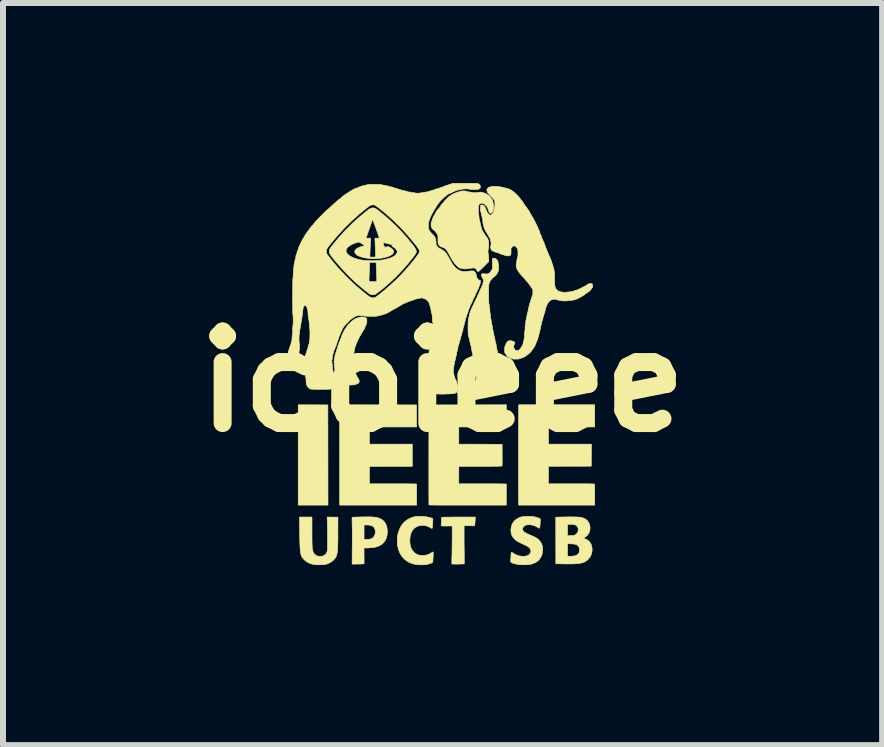
<source format=kicad_pcb>
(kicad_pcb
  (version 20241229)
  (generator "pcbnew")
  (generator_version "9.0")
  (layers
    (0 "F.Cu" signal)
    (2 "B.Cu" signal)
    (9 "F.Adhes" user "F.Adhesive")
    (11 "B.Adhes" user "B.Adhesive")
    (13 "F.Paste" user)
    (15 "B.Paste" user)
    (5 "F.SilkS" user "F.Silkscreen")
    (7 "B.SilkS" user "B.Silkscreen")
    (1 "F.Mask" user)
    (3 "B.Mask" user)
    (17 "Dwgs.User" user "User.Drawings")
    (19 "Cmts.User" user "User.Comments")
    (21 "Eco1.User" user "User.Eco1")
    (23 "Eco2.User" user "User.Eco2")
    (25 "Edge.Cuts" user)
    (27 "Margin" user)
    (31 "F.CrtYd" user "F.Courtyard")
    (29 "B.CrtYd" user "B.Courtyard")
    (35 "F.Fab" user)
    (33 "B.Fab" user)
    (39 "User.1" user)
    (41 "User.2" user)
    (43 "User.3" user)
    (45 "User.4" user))
  (footprint "icoieee"
    (layer "F.Cu")
    (at 4.325 3.311)
    (property "Reference" "icoieee" (at 0 0 0) (layer "F.SilkS") (effects (font (size 1.524 1.524) (thickness 0.3))))
    (attr through_hole)
    (fp_poly (pts (xy -2.158 0.386) (xy -1.911 0.387) (xy -1.909 2.057) (xy -2.405 2.057) (xy -2.405 0.385) (xy -2.158 0.386)) (stroke (width 0.01) (type solid)) (fill yes) (layer "F.SilkS"))
    (fp_poly (pts (xy -0.434 0.387) (xy -0.433 0.57) (xy -0.432 0.754) (xy -1.219 0.754) (xy -1.219 1.041) (xy -0.504 1.041) (xy -0.504 1.41) (xy -1.219 1.41) (xy -1.219 1.702) (xy -0.845 1.702) (xy -0.789 1.702) (xy -0.735 1.702) (xy -0.684 1.702) (xy -0.636 1.702) (xy -0.593 1.702) (xy -0.554 1.703) (xy -0.52 1.703) (xy -0.492 1.703) (xy -0.471 1.704) (xy -0.457 1.704) (xy -0.451 1.704) (xy -0.432 1.707) (xy -0.432 2.057) (xy -1.714 2.057) (xy -1.714 0.385) (xy -0.434 0.387)) (stroke (width 0.01) (type solid)) (fill yes) (layer "F.SilkS"))
    (fp_poly (pts (xy 2.536 0.754) (xy 1.765 0.754) (xy 1.765 1.041) (xy 2.481 1.041) (xy 2.48 1.224) (xy 2.479 1.408) (xy 2.122 1.409) (xy 1.765 1.41) (xy 1.765 1.702) (xy 2.144 1.702) (xy 2.2 1.702) (xy 2.253 1.702) (xy 2.304 1.702) (xy 2.351 1.702) (xy 2.394 1.702) (xy 2.432 1.703) (xy 2.465 1.703) (xy 2.492 1.703) (xy 2.512 1.704) (xy 2.524 1.704) (xy 2.529 1.704) (xy 2.531 1.706) (xy 2.532 1.709) (xy 2.533 1.715) (xy 2.534 1.724) (xy 2.535 1.737) (xy 2.535 1.755) (xy 2.535 1.779) (xy 2.536 1.809) (xy 2.536 1.846) (xy 2.536 1.882) (xy 2.536 2.057) (xy 1.271 2.057) (xy 1.268 2.048) (xy 1.268 2.043) (xy 1.268 2.029) (xy 1.268 2.009) (xy 1.267 1.981) (xy 1.267 1.947) (xy 1.267 1.907) (xy 1.267 1.861) (xy 1.267 1.811) (xy 1.266 1.756) (xy 1.266 1.697) (xy 1.266 1.635) (xy 1.266 1.569) (xy 1.266 1.501) (xy 1.266 1.432) (xy 1.266 1.361) (xy 1.266 1.289) (xy 1.266 1.216) (xy 1.266 1.143) (xy 1.266 1.072) (xy 1.266 1.001) (xy 1.266 0.931) (xy 1.266 0.864) (xy 1.266 0.8) (xy 1.266 0.738) (xy 1.267 0.68) (xy 1.267 0.626) (xy 1.267 0.577) (xy 1.267 0.532) (xy 1.267 0.493) (xy 1.267 0.461) (xy 1.268 0.435) (xy 1.268 0.416) (xy 1.268 0.404) (xy 1.268 0.401) (xy 1.271 0.385) (xy 2.536 0.385) (xy 2.536 0.754)) (stroke (width 0.01) (type solid)) (fill yes) (layer "F.SilkS"))
    (fp_poly (pts (xy 1.063 0.754) (xy 0.271 0.754) (xy 0.271 1.041) (xy 0.632 1.042) (xy 0.993 1.044) (xy 0.994 1.221) (xy 0.994 1.269) (xy 0.994 1.309) (xy 0.994 1.341) (xy 0.993 1.366) (xy 0.993 1.385) (xy 0.992 1.397) (xy 0.991 1.403) (xy 0.99 1.404) (xy 0.988 1.405) (xy 0.983 1.406) (xy 0.976 1.407) (xy 0.965 1.407) (xy 0.949 1.408) (xy 0.93 1.408) (xy 0.905 1.409) (xy 0.875 1.409) (xy 0.838 1.409) (xy 0.795 1.41) (xy 0.745 1.41) (xy 0.688 1.41) (xy 0.628 1.41) (xy 0.271 1.41) (xy 0.271 1.702) (xy 0.647 1.702) (xy 0.703 1.702) (xy 0.757 1.702) (xy 0.809 1.702) (xy 0.857 1.702) (xy 0.901 1.702) (xy 0.94 1.703) (xy 0.974 1.703) (xy 1.002 1.703) (xy 1.023 1.704) (xy 1.037 1.704) (xy 1.043 1.704) (xy 1.063 1.707) (xy 1.063 2.057) (xy 0.419 2.057) (xy 0.329 2.057) (xy 0.248 2.057) (xy 0.175 2.057) (xy 0.108 2.057) (xy 0.049 2.057) (xy -0.003 2.057) (xy -0.049 2.057) (xy -0.088 2.056) (xy -0.122 2.056) (xy -0.151 2.056) (xy -0.174 2.055) (xy -0.193 2.055) (xy -0.207 2.054) (xy -0.217 2.054) (xy -0.223 2.053) (xy -0.226 2.052) (xy -0.227 2.052) (xy -0.227 2.047) (xy -0.227 2.035) (xy -0.227 2.014) (xy -0.227 1.987) (xy -0.227 1.952) (xy -0.228 1.911) (xy -0.228 1.864) (xy -0.228 1.812) (xy -0.228 1.754) (xy -0.228 1.691) (xy -0.228 1.625) (xy -0.228 1.554) (xy -0.228 1.479) (xy -0.228 1.402) (xy -0.228 1.321) (xy -0.228 1.239) (xy -0.228 1.217) (xy -0.226 0.387) (xy 1.063 0.385) (xy 1.063 0.754)) (stroke (width 0.01) (type solid)) (fill yes) (layer "F.SilkS"))
    (fp_poly (pts (xy 0.544 2.306) (xy 0.542 2.329) (xy 0.541 2.35) (xy 0.539 2.369) (xy 0.538 2.379) (xy 0.535 2.402) (xy 0.448 2.401) (xy 0.36 2.4) (xy 0.359 2.473) (xy 0.359 2.491) (xy 0.359 2.517) (xy 0.359 2.549) (xy 0.359 2.586) (xy 0.359 2.627) (xy 0.359 2.672) (xy 0.36 2.718) (xy 0.36 2.766) (xy 0.361 2.79) (xy 0.361 2.834) (xy 0.362 2.876) (xy 0.362 2.915) (xy 0.362 2.95) (xy 0.362 2.979) (xy 0.362 3.004) (xy 0.362 3.021) (xy 0.362 3.032) (xy 0.361 3.035) (xy 0.356 3.036) (xy 0.344 3.037) (xy 0.326 3.038) (xy 0.305 3.039) (xy 0.28 3.039) (xy 0.255 3.04) (xy 0.229 3.04) (xy 0.205 3.04) (xy 0.185 3.039) (xy 0.169 3.039) (xy 0.159 3.038) (xy 0.156 3.037) (xy 0.156 3.032) (xy 0.155 3.019) (xy 0.155 2.999) (xy 0.155 2.974) (xy 0.156 2.943) (xy 0.156 2.909) (xy 0.157 2.902) (xy 0.158 2.867) (xy 0.158 2.826) (xy 0.159 2.78) (xy 0.16 2.731) (xy 0.16 2.682) (xy 0.161 2.633) (xy 0.161 2.588) (xy 0.161 2.587) (xy 0.161 2.404) (xy 0.072 2.405) (xy 0.044 2.405) (xy 0.019 2.405) (xy -0.000451 2.404) (xy -0.014 2.403) (xy -0.021 2.402) (xy -0.021 2.402) (xy -0.022 2.397) (xy -0.022 2.385) (xy -0.022 2.368) (xy -0.021 2.349) (xy -0.02 2.327) (xy -0.019 2.306) (xy -0.018 2.287) (xy -0.017 2.272) (xy -0.015 2.263) (xy -0.015 2.262) (xy -0.013 2.261) (xy -0.007 2.26) (xy 0.003 2.259) (xy 0.017 2.258) (xy 0.037 2.258) (xy 0.062 2.257) (xy 0.093 2.257) (xy 0.131 2.257) (xy 0.176 2.256) (xy 0.229 2.256) (xy 0.267 2.256) (xy 0.546 2.256) (xy 0.544 2.306)) (stroke (width 0.01) (type solid)) (fill yes) (layer "F.SilkS"))
    (fp_poly (pts (xy -1.214 2.253) (xy -1.182 2.254) (xy -1.155 2.256) (xy -1.131 2.258) (xy -1.111 2.261) (xy -1.091 2.265) (xy -1.081 2.267) (xy -1.04 2.282) (xy -1.005 2.302) (xy -0.975 2.329) (xy -0.952 2.361) (xy -0.935 2.398) (xy -0.924 2.441) (xy -0.92 2.488) (xy -0.92 2.512) (xy -0.925 2.562) (xy -0.938 2.607) (xy -0.956 2.646) (xy -0.982 2.681) (xy -0.996 2.695) (xy -1.03 2.721) (xy -1.069 2.741) (xy -1.112 2.755) (xy -1.114 2.756) (xy -1.131 2.759) (xy -1.152 2.762) (xy -1.177 2.765) (xy -1.204 2.767) (xy -1.23 2.769) (xy -1.255 2.771) (xy -1.276 2.771) (xy -1.292 2.77) (xy -1.297 2.77) (xy -1.309 2.767) (xy -1.308 2.9) (xy -1.307 3.033) (xy -1.323 3.036) (xy -1.333 3.037) (xy -1.349 3.038) (xy -1.37 3.039) (xy -1.395 3.039) (xy -1.422 3.039) (xy -1.423 3.039) (xy -1.507 3.04) (xy -1.505 2.765) (xy -1.504 2.714) (xy -1.504 2.662) (xy -1.504 2.611) (xy -1.504 2.561) (xy -1.504 2.514) (xy -1.504 2.471) (xy -1.505 2.433) (xy -1.506 2.402) (xy -1.506 2.388) (xy -1.308 2.388) (xy -1.308 2.63) (xy -1.258 2.628) (xy -1.234 2.627) (xy -1.216 2.625) (xy -1.202 2.622) (xy -1.19 2.618) (xy -1.188 2.617) (xy -1.173 2.61) (xy -1.161 2.602) (xy -1.156 2.598) (xy -1.14 2.577) (xy -1.128 2.551) (xy -1.121 2.522) (xy -1.12 2.492) (xy -1.122 2.478) (xy -1.129 2.451) (xy -1.141 2.429) (xy -1.157 2.412) (xy -1.18 2.4) (xy -1.208 2.392) (xy -1.243 2.388) (xy -1.271 2.388) (xy -1.308 2.388) (xy -1.506 2.388) (xy -1.506 2.379) (xy -1.507 2.342) (xy -1.508 2.313) (xy -1.508 2.291) (xy -1.508 2.276) (xy -1.507 2.266) (xy -1.505 2.262) (xy -1.501 2.26) (xy -1.49 2.259) (xy -1.473 2.258) (xy -1.449 2.257) (xy -1.417 2.256) (xy -1.377 2.255) (xy -1.346 2.254) (xy -1.295 2.253) (xy -1.251 2.253) (xy -1.214 2.253)) (stroke (width 0.01) (type solid)) (fill yes) (layer "F.SilkS"))
    (fp_poly (pts (xy -1.833 2.257) (xy -1.743 2.258) (xy -1.744 2.496) (xy -1.744 2.561) (xy -1.744 2.618) (xy -1.745 2.668) (xy -1.746 2.711) (xy -1.747 2.749) (xy -1.748 2.781) (xy -1.75 2.808) (xy -1.753 2.832) (xy -1.755 2.852) (xy -1.759 2.869) (xy -1.763 2.885) (xy -1.767 2.898) (xy -1.772 2.911) (xy -1.777 2.921) (xy -1.793 2.946) (xy -1.815 2.971) (xy -1.842 2.994) (xy -1.871 3.013) (xy -1.88 3.018) (xy -1.902 3.028) (xy -1.922 3.036) (xy -1.941 3.042) (xy -1.961 3.046) (xy -1.985 3.048) (xy -2.013 3.05) (xy -2.043 3.051) (xy -2.073 3.051) (xy -2.096 3.051) (xy -2.115 3.05) (xy -2.131 3.048) (xy -2.147 3.046) (xy -2.155 3.044) (xy -2.201 3.032) (xy -2.24 3.015) (xy -2.274 2.994) (xy -2.304 2.968) (xy -2.31 2.962) (xy -2.322 2.949) (xy -2.331 2.937) (xy -2.34 2.924) (xy -2.348 2.911) (xy -2.354 2.896) (xy -2.36 2.878) (xy -2.364 2.858) (xy -2.368 2.835) (xy -2.371 2.807) (xy -2.374 2.775) (xy -2.376 2.738) (xy -2.377 2.695) (xy -2.379 2.646) (xy -2.38 2.59) (xy -2.38 2.526) (xy -2.381 2.482) (xy -2.383 2.256) (xy -2.176 2.256) (xy -2.176 2.494) (xy -2.176 2.545) (xy -2.176 2.594) (xy -2.175 2.638) (xy -2.175 2.677) (xy -2.174 2.711) (xy -2.173 2.739) (xy -2.172 2.759) (xy -2.171 2.772) (xy -2.165 2.808) (xy -2.156 2.838) (xy -2.144 2.862) (xy -2.126 2.881) (xy -2.104 2.896) (xy -2.097 2.9) (xy -2.084 2.905) (xy -2.07 2.908) (xy -2.053 2.91) (xy -2.04 2.91) (xy -2.021 2.91) (xy -2.007 2.908) (xy -1.995 2.905) (xy -1.981 2.899) (xy -1.98 2.898) (xy -1.956 2.883) (xy -1.938 2.863) (xy -1.925 2.836) (xy -1.923 2.828) (xy -1.921 2.821) (xy -1.92 2.813) (xy -1.918 2.804) (xy -1.917 2.791) (xy -1.917 2.774) (xy -1.916 2.753) (xy -1.916 2.727) (xy -1.916 2.694) (xy -1.916 2.654) (xy -1.916 2.633) (xy -1.916 2.59) (xy -1.916 2.546) (xy -1.916 2.501) (xy -1.917 2.458) (xy -1.918 2.418) (xy -1.918 2.384) (xy -1.919 2.359) (xy -1.923 2.256) (xy -1.833 2.257)) (stroke (width 0.01) (type solid)) (fill yes) (layer "F.SilkS"))
    (fp_poly (pts (xy 2.154 2.253) (xy 2.197 2.254) (xy 2.236 2.255) (xy 2.269 2.257) (xy 2.295 2.259) (xy 2.313 2.262) (xy 2.353 2.275) (xy 2.386 2.292) (xy 2.413 2.315) (xy 2.434 2.343) (xy 2.449 2.377) (xy 2.453 2.39) (xy 2.459 2.429) (xy 2.457 2.466) (xy 2.448 2.502) (xy 2.432 2.535) (xy 2.409 2.564) (xy 2.379 2.588) (xy 2.362 2.598) (xy 2.336 2.611) (xy 2.355 2.614) (xy 2.385 2.622) (xy 2.413 2.637) (xy 2.439 2.658) (xy 2.46 2.682) (xy 2.475 2.709) (xy 2.477 2.713) (xy 2.489 2.755) (xy 2.493 2.798) (xy 2.489 2.84) (xy 2.478 2.881) (xy 2.459 2.919) (xy 2.433 2.953) (xy 2.43 2.957) (xy 2.413 2.973) (xy 2.394 2.988) (xy 2.374 3) (xy 2.351 3.01) (xy 2.325 3.019) (xy 2.296 3.025) (xy 2.262 3.03) (xy 2.223 3.034) (xy 2.178 3.036) (xy 2.127 3.037) (xy 2.069 3.037) (xy 2.003 3.036) (xy 1.991 3.036) (xy 1.888 3.033) (xy 1.888 2.908) (xy 2.083 2.908) (xy 2.099 2.909) (xy 2.121 2.91) (xy 2.146 2.909) (xy 2.171 2.907) (xy 2.195 2.904) (xy 2.214 2.899) (xy 2.225 2.896) (xy 2.25 2.881) (xy 2.268 2.863) (xy 2.279 2.841) (xy 2.283 2.813) (xy 2.283 2.805) (xy 2.281 2.776) (xy 2.272 2.753) (xy 2.256 2.732) (xy 2.254 2.73) (xy 2.242 2.72) (xy 2.228 2.714) (xy 2.211 2.709) (xy 2.188 2.705) (xy 2.159 2.703) (xy 2.143 2.702) (xy 2.083 2.7) (xy 2.083 2.908) (xy 1.888 2.908) (xy 1.887 2.568) (xy 2.083 2.568) (xy 2.137 2.565) (xy 2.158 2.564) (xy 2.178 2.562) (xy 2.193 2.56) (xy 2.202 2.558) (xy 2.202 2.558) (xy 2.218 2.549) (xy 2.234 2.534) (xy 2.247 2.518) (xy 2.253 2.509) (xy 2.258 2.492) (xy 2.261 2.47) (xy 2.26 2.448) (xy 2.256 2.432) (xy 2.247 2.416) (xy 2.233 2.4) (xy 2.218 2.389) (xy 2.203 2.384) (xy 2.182 2.38) (xy 2.158 2.377) (xy 2.134 2.376) (xy 2.114 2.377) (xy 2.083 2.38) (xy 2.083 2.474) (xy 2.083 2.568) (xy 1.887 2.568) (xy 1.887 2.258) (xy 2.001 2.255) (xy 2.055 2.254) (xy 2.106 2.253) (xy 2.154 2.253)) (stroke (width 0.01) (type solid)) (fill yes) (layer "F.SilkS"))
    (fp_poly (pts (xy -0.34 2.245) (xy -0.311 2.246) (xy -0.285 2.249) (xy -0.277 2.25) (xy -0.258 2.254) (xy -0.236 2.259) (xy -0.214 2.264) (xy -0.194 2.27) (xy -0.178 2.275) (xy -0.167 2.279) (xy -0.165 2.28) (xy -0.162 2.285) (xy -0.161 2.296) (xy -0.162 2.314) (xy -0.162 2.33) (xy -0.165 2.365) (xy -0.166 2.392) (xy -0.168 2.413) (xy -0.17 2.428) (xy -0.172 2.438) (xy -0.174 2.443) (xy -0.176 2.445) (xy -0.182 2.444) (xy -0.192 2.439) (xy -0.203 2.433) (xy -0.237 2.414) (xy -0.274 2.401) (xy -0.313 2.395) (xy -0.352 2.395) (xy -0.39 2.401) (xy -0.425 2.413) (xy -0.457 2.431) (xy -0.482 2.453) (xy -0.505 2.483) (xy -0.522 2.517) (xy -0.535 2.555) (xy -0.542 2.599) (xy -0.545 2.631) (xy -0.544 2.684) (xy -0.537 2.731) (xy -0.524 2.773) (xy -0.504 2.81) (xy -0.478 2.842) (xy -0.456 2.86) (xy -0.423 2.879) (xy -0.386 2.892) (xy -0.347 2.897) (xy -0.306 2.896) (xy -0.265 2.888) (xy -0.224 2.873) (xy -0.188 2.853) (xy -0.173 2.844) (xy -0.162 2.839) (xy -0.156 2.839) (xy -0.155 2.844) (xy -0.155 2.857) (xy -0.155 2.874) (xy -0.156 2.896) (xy -0.157 2.919) (xy -0.158 2.943) (xy -0.16 2.965) (xy -0.161 2.985) (xy -0.163 3.001) (xy -0.165 3.011) (xy -0.166 3.013) (xy -0.172 3.017) (xy -0.185 3.022) (xy -0.202 3.028) (xy -0.222 3.035) (xy -0.243 3.04) (xy -0.262 3.045) (xy -0.276 3.048) (xy -0.296 3.05) (xy -0.321 3.051) (xy -0.351 3.052) (xy -0.381 3.051) (xy -0.41 3.05) (xy -0.435 3.048) (xy -0.451 3.046) (xy -0.506 3.032) (xy -0.557 3.011) (xy -0.602 2.983) (xy -0.643 2.949) (xy -0.678 2.909) (xy -0.707 2.863) (xy -0.729 2.812) (xy -0.745 2.756) (xy -0.747 2.745) (xy -0.752 2.714) (xy -0.754 2.678) (xy -0.754 2.64) (xy -0.753 2.603) (xy -0.749 2.569) (xy -0.747 2.559) (xy -0.743 2.538) (xy -0.736 2.513) (xy -0.728 2.489) (xy -0.726 2.482) (xy -0.703 2.429) (xy -0.675 2.383) (xy -0.641 2.343) (xy -0.601 2.31) (xy -0.556 2.282) (xy -0.505 2.261) (xy -0.48 2.254) (xy -0.461 2.25) (xy -0.435 2.247) (xy -0.405 2.245) (xy -0.372 2.244) (xy -0.34 2.245)) (stroke (width 0.01) (type solid)) (fill yes) (layer "F.SilkS"))
    (fp_poly (pts (xy 1.472 2.245) (xy 1.498 2.247) (xy 1.508 2.248) (xy 1.526 2.251) (xy 1.548 2.256) (xy 1.57 2.262) (xy 1.591 2.269) (xy 1.608 2.275) (xy 1.621 2.28) (xy 1.625 2.283) (xy 1.627 2.287) (xy 1.629 2.294) (xy 1.629 2.306) (xy 1.629 2.325) (xy 1.628 2.335) (xy 1.626 2.368) (xy 1.624 2.394) (xy 1.622 2.414) (xy 1.62 2.427) (xy 1.618 2.436) (xy 1.616 2.44) (xy 1.615 2.441) (xy 1.609 2.44) (xy 1.598 2.435) (xy 1.584 2.427) (xy 1.581 2.425) (xy 1.547 2.406) (xy 1.513 2.394) (xy 1.478 2.386) (xy 1.455 2.384) (xy 1.426 2.384) (xy 1.403 2.386) (xy 1.384 2.392) (xy 1.368 2.401) (xy 1.356 2.411) (xy 1.341 2.43) (xy 1.334 2.449) (xy 1.335 2.469) (xy 1.345 2.488) (xy 1.35 2.495) (xy 1.36 2.504) (xy 1.373 2.514) (xy 1.392 2.524) (xy 1.415 2.536) (xy 1.445 2.549) (xy 1.474 2.561) (xy 1.507 2.576) (xy 1.534 2.588) (xy 1.556 2.6) (xy 1.574 2.612) (xy 1.59 2.624) (xy 1.606 2.639) (xy 1.607 2.639) (xy 1.633 2.671) (xy 1.652 2.707) (xy 1.664 2.743) (xy 1.667 2.766) (xy 1.668 2.795) (xy 1.666 2.826) (xy 1.663 2.856) (xy 1.657 2.882) (xy 1.654 2.893) (xy 1.634 2.932) (xy 1.609 2.967) (xy 1.578 2.995) (xy 1.54 3.018) (xy 1.495 3.035) (xy 1.48 3.04) (xy 1.458 3.044) (xy 1.43 3.047) (xy 1.398 3.05) (xy 1.364 3.051) (xy 1.33 3.051) (xy 1.298 3.05) (xy 1.271 3.048) (xy 1.255 3.046) (xy 1.231 3.041) (xy 1.206 3.034) (xy 1.183 3.028) (xy 1.163 3.021) (xy 1.149 3.015) (xy 1.144 3.011) (xy 1.14 3.008) (xy 1.138 3.004) (xy 1.137 2.998) (xy 1.136 2.989) (xy 1.136 2.976) (xy 1.137 2.956) (xy 1.139 2.936) (xy 1.14 2.912) (xy 1.141 2.89) (xy 1.142 2.872) (xy 1.143 2.86) (xy 1.143 2.857) (xy 1.145 2.847) (xy 1.152 2.844) (xy 1.164 2.848) (xy 1.179 2.858) (xy 1.218 2.882) (xy 1.261 2.899) (xy 1.308 2.908) (xy 1.344 2.91) (xy 1.379 2.908) (xy 1.407 2.902) (xy 1.43 2.891) (xy 1.449 2.876) (xy 1.465 2.855) (xy 1.472 2.833) (xy 1.472 2.811) (xy 1.464 2.789) (xy 1.448 2.768) (xy 1.428 2.751) (xy 1.418 2.745) (xy 1.402 2.736) (xy 1.381 2.726) (xy 1.358 2.715) (xy 1.341 2.707) (xy 1.308 2.691) (xy 1.281 2.678) (xy 1.26 2.667) (xy 1.242 2.657) (xy 1.227 2.647) (xy 1.214 2.636) (xy 1.201 2.623) (xy 1.198 2.62) (xy 1.172 2.59) (xy 1.154 2.557) (xy 1.143 2.521) (xy 1.139 2.481) (xy 1.14 2.458) (xy 1.147 2.413) (xy 1.161 2.373) (xy 1.182 2.338) (xy 1.209 2.308) (xy 1.244 2.283) (xy 1.284 2.263) (xy 1.308 2.255) (xy 1.326 2.251) (xy 1.351 2.248) (xy 1.38 2.246) (xy 1.411 2.244) (xy 1.442 2.244) (xy 1.472 2.245)) (stroke (width 0.01) (type solid)) (fill yes) (layer "F.SilkS"))
    (fp_poly (pts (xy -1.149 -2.896) (xy -1.139 -2.894) (xy -1.129 -2.891) (xy -1.118 -2.886) (xy -1.105 -2.878) (xy -1.089 -2.867) (xy -1.069 -2.851) (xy -1.044 -2.831) (xy -1.033 -2.822) (xy -0.914 -2.723) (xy -0.803 -2.62) (xy -0.698 -2.514) (xy -0.597 -2.402) (xy -0.53 -2.32) (xy -0.502 -2.286) (xy -0.479 -2.256) (xy -0.462 -2.232) (xy -0.449 -2.211) (xy -0.441 -2.192) (xy -0.437 -2.176) (xy -0.438 -2.16) (xy -0.443 -2.144) (xy -0.452 -2.127) (xy -0.465 -2.108) (xy -0.482 -2.086) (xy -0.489 -2.076) (xy -0.583 -1.96) (xy -0.679 -1.851) (xy -0.778 -1.747) (xy -0.882 -1.649) (xy -0.976 -1.568) (xy -1.009 -1.54) (xy -1.04 -1.516) (xy -1.068 -1.494) (xy -1.092 -1.477) (xy -1.111 -1.463) (xy -1.124 -1.455) (xy -1.13 -1.453) (xy -1.149 -1.449) (xy -1.171 -1.449) (xy -1.192 -1.452) (xy -1.197 -1.453) (xy -1.205 -1.457) (xy -1.218 -1.466) (xy -1.236 -1.479) (xy -1.257 -1.496) (xy -1.282 -1.515) (xy -1.309 -1.536) (xy -1.337 -1.559) (xy -1.365 -1.582) (xy -1.393 -1.606) (xy -1.416 -1.626) (xy -1.469 -1.674) (xy -1.48 -1.685) (xy -1.225 -1.685) (xy -1.225 -1.674) (xy -1.225 -1.672) (xy -1.218 -1.669) (xy -1.205 -1.668) (xy -1.188 -1.667) (xy -1.168 -1.666) (xy -1.147 -1.666) (xy -1.127 -1.667) (xy -1.111 -1.668) (xy -1.1 -1.67) (xy -1.096 -1.671) (xy -1.096 -1.676) (xy -1.096 -1.688) (xy -1.096 -1.706) (xy -1.097 -1.729) (xy -1.098 -1.756) (xy -1.099 -1.785) (xy -1.1 -1.817) (xy -1.101 -1.848) (xy -1.103 -1.879) (xy -1.104 -1.909) (xy -1.105 -1.935) (xy -1.106 -1.957) (xy -1.107 -1.974) (xy -1.108 -1.985) (xy -1.109 -1.988) (xy -1.113 -1.989) (xy -1.124 -1.989) (xy -1.14 -1.989) (xy -1.16 -1.989) (xy -1.162 -1.989) (xy -1.215 -1.989) (xy -1.215 -1.973) (xy -1.215 -1.966) (xy -1.216 -1.95) (xy -1.217 -1.929) (xy -1.218 -1.902) (xy -1.219 -1.872) (xy -1.22 -1.839) (xy -1.221 -1.816) (xy -1.223 -1.783) (xy -1.224 -1.752) (xy -1.225 -1.724) (xy -1.225 -1.701) (xy -1.225 -1.685) (xy -1.48 -1.685) (xy -1.525 -1.727) (xy -1.583 -1.785) (xy -1.641 -1.846) (xy -1.698 -1.909) (xy -1.753 -1.972) (xy -1.805 -2.033) (xy -1.816 -2.047) (xy -1.837 -2.074) (xy -1.854 -2.095) (xy -1.866 -2.112) (xy -1.875 -2.126) (xy -1.88 -2.137) (xy -1.884 -2.148) (xy -1.885 -2.159) (xy -1.885 -2.17) (xy -1.885 -2.171) (xy -1.885 -2.184) (xy -1.885 -2.187) (xy -1.608 -2.187) (xy -1.608 -2.177) (xy -1.601 -2.153) (xy -1.586 -2.13) (xy -1.564 -2.109) (xy -1.534 -2.089) (xy -1.499 -2.071) (xy -1.457 -2.054) (xy -1.41 -2.04) (xy -1.357 -2.029) (xy -1.31 -2.022) (xy -1.283 -2.019) (xy -1.25 -2.017) (xy -1.212 -2.016) (xy -1.173 -2.016) (xy -1.134 -2.016) (xy -1.097 -2.018) (xy -1.066 -2.02) (xy -1.052 -2.021) (xy -0.996 -2.029) (xy -0.943 -2.04) (xy -0.895 -2.053) (xy -0.853 -2.068) (xy -0.828 -2.08) (xy -0.803 -2.094) (xy -0.783 -2.112) (xy -0.768 -2.131) (xy -0.758 -2.15) (xy -0.755 -2.167) (xy -0.755 -2.173) (xy -0.762 -2.188) (xy -0.774 -2.206) (xy -0.793 -2.224) (xy -0.815 -2.242) (xy -0.819 -2.245) (xy -0.832 -2.253) (xy -0.842 -2.261) (xy -0.847 -2.265) (xy -0.847 -2.265) (xy -0.843 -2.268) (xy -0.834 -2.271) (xy -0.829 -2.271) (xy -0.823 -2.273) (xy -0.821 -2.274) (xy -0.822 -2.276) (xy -0.828 -2.278) (xy -0.84 -2.282) (xy -0.857 -2.286) (xy -0.882 -2.293) (xy -0.9 -2.297) (xy -0.926 -2.304) (xy -0.949 -2.31) (xy -0.969 -2.314) (xy -0.983 -2.318) (xy -0.991 -2.32) (xy -0.992 -2.32) (xy -0.992 -2.316) (xy -0.989 -2.307) (xy -0.985 -2.294) (xy -0.98 -2.279) (xy -0.975 -2.264) (xy -0.97 -2.252) (xy -0.966 -2.244) (xy -0.965 -2.242) (xy -0.96 -2.242) (xy -0.949 -2.243) (xy -0.934 -2.245) (xy -0.934 -2.246) (xy -0.905 -2.252) (xy -0.88 -2.239) (xy -0.852 -2.221) (xy -0.831 -2.203) (xy -0.818 -2.185) (xy -0.814 -2.167) (xy -0.818 -2.149) (xy -0.83 -2.132) (xy -0.835 -2.127) (xy -0.859 -2.109) (xy -0.891 -2.093) (xy -0.929 -2.08) (xy -0.972 -2.068) (xy -1.018 -2.059) (xy -1.068 -2.053) (xy -1.119 -2.05) (xy -1.171 -2.05) (xy -1.22 -2.053) (xy -1.27 -2.06) (xy -1.315 -2.068) (xy -1.355 -2.079) (xy -1.389 -2.092) (xy -1.418 -2.106) (xy -1.439 -2.122) (xy -1.454 -2.138) (xy -1.462 -2.156) (xy -1.462 -2.174) (xy -1.455 -2.193) (xy -1.451 -2.198) (xy -1.439 -2.21) (xy -1.42 -2.223) (xy -1.396 -2.235) (xy -1.369 -2.246) (xy -1.341 -2.255) (xy -1.331 -2.258) (xy -1.294 -2.268) (xy -1.33 -2.291) (xy -1.351 -2.305) (xy -1.367 -2.315) (xy -1.379 -2.322) (xy -1.388 -2.325) (xy -1.397 -2.326) (xy -1.406 -2.325) (xy -1.417 -2.322) (xy -1.431 -2.318) (xy -1.473 -2.304) (xy -1.511 -2.288) (xy -1.543 -2.269) (xy -1.569 -2.25) (xy -1.589 -2.229) (xy -1.602 -2.208) (xy -1.608 -2.187) (xy -1.885 -2.187) (xy -1.884 -2.195) (xy -1.881 -2.205) (xy -1.876 -2.217) (xy -1.867 -2.23) (xy -1.856 -2.246) (xy -1.84 -2.267) (xy -1.821 -2.29) (xy -1.735 -2.394) (xy -1.274 -2.394) (xy -1.27 -2.393) (xy -1.26 -2.392) (xy -1.245 -2.392) (xy -1.236 -2.392) (xy -1.198 -2.392) (xy -1.2 -2.351) (xy -1.201 -2.327) (xy -1.203 -2.298) (xy -1.204 -2.267) (xy -1.206 -2.235) (xy -1.207 -2.204) (xy -1.208 -2.173) (xy -1.209 -2.147) (xy -1.21 -2.124) (xy -1.211 -2.109) (xy -1.211 -2.103) (xy -1.211 -2.09) (xy -1.209 -2.082) (xy -1.205 -2.079) (xy -1.198 -2.077) (xy -1.197 -2.077) (xy -1.187 -2.076) (xy -1.173 -2.076) (xy -1.156 -2.076) (xy -1.14 -2.077) (xy -1.126 -2.078) (xy -1.117 -2.079) (xy -1.115 -2.08) (xy -1.115 -2.084) (xy -1.115 -2.096) (xy -1.116 -2.114) (xy -1.116 -2.138) (xy -1.118 -2.166) (xy -1.119 -2.197) (xy -1.12 -2.212) (xy -1.121 -2.246) (xy -1.123 -2.278) (xy -1.124 -2.307) (xy -1.125 -2.332) (xy -1.126 -2.352) (xy -1.126 -2.365) (xy -1.126 -2.367) (xy -1.126 -2.392) (xy -1.09 -2.392) (xy -1.072 -2.392) (xy -1.062 -2.392) (xy -1.057 -2.394) (xy -1.055 -2.397) (xy -1.056 -2.401) (xy -1.062 -2.42) (xy -1.07 -2.443) (xy -1.079 -2.47) (xy -1.089 -2.499) (xy -1.1 -2.529) (xy -1.111 -2.56) (xy -1.122 -2.59) (xy -1.132 -2.619) (xy -1.142 -2.645) (xy -1.151 -2.668) (xy -1.157 -2.686) (xy -1.163 -2.699) (xy -1.165 -2.705) (xy -1.166 -2.705) (xy -1.168 -2.699) (xy -1.173 -2.686) (xy -1.179 -2.667) (xy -1.187 -2.644) (xy -1.197 -2.618) (xy -1.207 -2.589) (xy -1.217 -2.558) (xy -1.228 -2.528) (xy -1.238 -2.498) (xy -1.248 -2.47) (xy -1.257 -2.445) (xy -1.264 -2.424) (xy -1.27 -2.407) (xy -1.273 -2.397) (xy -1.274 -2.394) (xy -1.735 -2.394) (xy -1.723 -2.408) (xy -1.622 -2.519) (xy -1.516 -2.625) (xy -1.404 -2.728) (xy -1.285 -2.827) (xy -1.283 -2.829) (xy -1.256 -2.851) (xy -1.235 -2.867) (xy -1.217 -2.879) (xy -1.203 -2.887) (xy -1.19 -2.892) (xy -1.178 -2.895) (xy -1.166 -2.896) (xy -1.16 -2.896) (xy -1.149 -2.896)) (stroke (width 0.01) (type solid)) (fill yes) (layer "F.SilkS"))
    (fp_poly (pts (xy -1.32 -1.079) (xy -1.308 -1.078) (xy -1.304 -1.075) (xy -1.304 -1.075) (xy -1.3 -1.072) (xy -1.293 -1.071) (xy -1.284 -1.069) (xy -1.28 -1.065) (xy -1.274 -1.058) (xy -1.27 -1.056) (xy -1.266 -1.054) (xy -1.263 -1.05) (xy -1.262 -1.041) (xy -1.262 -1.027) (xy -1.262 -1.014) (xy -1.262 -0.995) (xy -1.263 -0.981) (xy -1.265 -0.974) (xy -1.266 -0.974) (xy -1.269 -0.97) (xy -1.27 -0.963) (xy -1.271 -0.955) (xy -1.274 -0.953) (xy -1.277 -0.949) (xy -1.279 -0.939) (xy -1.28 -0.936) (xy -1.283 -0.925) (xy -1.286 -0.919) (xy -1.287 -0.919) (xy -1.291 -0.915) (xy -1.291 -0.912) (xy -1.293 -0.907) (xy -1.295 -0.906) (xy -1.298 -0.902) (xy -1.3 -0.893) (xy -1.301 -0.887) (xy -1.305 -0.873) (xy -1.311 -0.867) (xy -1.313 -0.866) (xy -1.319 -0.86) (xy -1.321 -0.855) (xy -1.324 -0.847) (xy -1.327 -0.844) (xy -1.332 -0.838) (xy -1.333 -0.833) (xy -1.336 -0.825) (xy -1.34 -0.823) (xy -1.345 -0.817) (xy -1.346 -0.814) (xy -1.348 -0.809) (xy -1.35 -0.809) (xy -1.353 -0.805) (xy -1.356 -0.796) (xy -1.357 -0.794) (xy -1.359 -0.784) (xy -1.363 -0.779) (xy -1.363 -0.779) (xy -1.367 -0.776) (xy -1.367 -0.773) (xy -1.37 -0.767) (xy -1.372 -0.766) (xy -1.376 -0.763) (xy -1.378 -0.756) (xy -1.382 -0.748) (xy -1.385 -0.745) (xy -1.388 -0.742) (xy -1.389 -0.737) (xy -1.39 -0.73) (xy -1.392 -0.728) (xy -1.396 -0.724) (xy -1.399 -0.716) (xy -1.399 -0.715) (xy -1.402 -0.707) (xy -1.406 -0.703) (xy -1.406 -0.703) (xy -1.409 -0.699) (xy -1.41 -0.694) (xy -1.411 -0.687) (xy -1.414 -0.686) (xy -1.417 -0.682) (xy -1.42 -0.673) (xy -1.42 -0.673) (xy -1.423 -0.664) (xy -1.427 -0.66) (xy -1.427 -0.66) (xy -1.43 -0.657) (xy -1.431 -0.65) (xy -1.432 -0.642) (xy -1.435 -0.639) (xy -1.438 -0.635) (xy -1.441 -0.626) (xy -1.442 -0.62) (xy -1.444 -0.609) (xy -1.447 -0.602) (xy -1.448 -0.601) (xy -1.451 -0.598) (xy -1.452 -0.591) (xy -1.454 -0.582) (xy -1.457 -0.579) (xy -1.459 -0.574) (xy -1.462 -0.564) (xy -1.464 -0.551) (xy -1.465 -0.538) (xy -1.468 -0.528) (xy -1.47 -0.525) (xy -1.472 -0.521) (xy -1.473 -0.511) (xy -1.473 -0.504) (xy -1.474 -0.492) (xy -1.476 -0.484) (xy -1.477 -0.483) (xy -1.479 -0.478) (xy -1.48 -0.467) (xy -1.481 -0.447) (xy -1.482 -0.422) (xy -1.482 -0.413) (xy -1.481 -0.385) (xy -1.481 -0.364) (xy -1.48 -0.35) (xy -1.478 -0.343) (xy -1.477 -0.343) (xy -1.475 -0.339) (xy -1.474 -0.328) (xy -1.473 -0.311) (xy -1.473 -0.305) (xy -1.473 -0.288) (xy -1.472 -0.275) (xy -1.47 -0.268) (xy -1.469 -0.267) (xy -1.468 -0.263) (xy -1.466 -0.252) (xy -1.464 -0.236) (xy -1.463 -0.215) (xy -1.463 -0.21) (xy -1.461 -0.189) (xy -1.46 -0.171) (xy -1.458 -0.159) (xy -1.456 -0.153) (xy -1.456 -0.152) (xy -1.453 -0.149) (xy -1.452 -0.142) (xy -1.451 -0.134) (xy -1.448 -0.131) (xy -1.445 -0.128) (xy -1.442 -0.119) (xy -1.441 -0.119) (xy -1.438 -0.11) (xy -1.435 -0.106) (xy -1.435 -0.106) (xy -1.432 -0.102) (xy -1.431 -0.097) (xy -1.429 -0.09) (xy -1.427 -0.089) (xy -1.423 -0.085) (xy -1.421 -0.078) (xy -1.417 -0.07) (xy -1.414 -0.068) (xy -1.41 -0.064) (xy -1.41 -0.061) (xy -1.408 -0.056) (xy -1.406 -0.055) (xy -1.402 -0.051) (xy -1.399 -0.043) (xy -1.399 -0.042) (xy -1.396 -0.033) (xy -1.393 -0.03) (xy -1.392 -0.03) (xy -1.39 -0.026) (xy -1.389 -0.016) (xy -1.389 -0.008) (xy -1.389 0.004) (xy -1.391 0.011) (xy -1.392 0.013) (xy -1.397 0.016) (xy -1.399 0.021) (xy -1.405 0.028) (xy -1.416 0.031) (xy -1.426 0.034) (xy -1.431 0.038) (xy -1.431 0.038) (xy -1.434 0.041) (xy -1.441 0.042) (xy -1.45 0.044) (xy -1.453 0.047) (xy -1.458 0.049) (xy -1.47 0.051) (xy -1.49 0.053) (xy -1.51 0.054) (xy -1.531 0.055) (xy -1.548 0.056) (xy -1.56 0.058) (xy -1.566 0.06) (xy -1.566 0.06) (xy -1.57 0.062) (xy -1.579 0.063) (xy -1.583 0.064) (xy -1.594 0.063) (xy -1.6 0.061) (xy -1.6 0.06) (xy -1.604 0.058) (xy -1.615 0.057) (xy -1.631 0.055) (xy -1.651 0.054) (xy -1.654 0.054) (xy -1.679 0.053) (xy -1.697 0.051) (xy -1.707 0.049) (xy -1.709 0.047) (xy -1.714 0.043) (xy -1.719 0.042) (xy -1.726 0.04) (xy -1.727 0.038) (xy -1.731 0.034) (xy -1.733 0.034) (xy -1.743 0.03) (xy -1.75 0.019) (xy -1.753 -0.000144) (xy -1.753 -0.005) (xy -1.753 -0.018) (xy -1.755 -0.027) (xy -1.757 -0.03) (xy -1.759 -0.033) (xy -1.761 -0.043) (xy -1.761 -0.048) (xy -1.762 -0.06) (xy -1.764 -0.068) (xy -1.765 -0.07) (xy -1.767 -0.075) (xy -1.77 -0.086) (xy -1.772 -0.1) (xy -1.774 -0.114) (xy -1.776 -0.123) (xy -1.778 -0.127) (xy -1.781 -0.131) (xy -1.782 -0.14) (xy -1.782 -0.144) (xy -1.783 -0.154) (xy -1.785 -0.161) (xy -1.786 -0.162) (xy -1.788 -0.166) (xy -1.791 -0.177) (xy -1.793 -0.192) (xy -1.793 -0.198) (xy -1.795 -0.214) (xy -1.797 -0.226) (xy -1.799 -0.232) (xy -1.8 -0.233) (xy -1.801 -0.237) (xy -1.802 -0.248) (xy -1.803 -0.263) (xy -1.803 -0.282) (xy -1.804 -0.303) (xy -1.805 -0.319) (xy -1.806 -0.328) (xy -1.808 -0.33) (xy -1.811 -0.334) (xy -1.812 -0.337) (xy -1.81 -0.342) (xy -1.808 -0.343) (xy -1.805 -0.347) (xy -1.804 -0.357) (xy -1.803 -0.37) (xy -1.803 -0.384) (xy -1.802 -0.394) (xy -1.8 -0.398) (xy -1.798 -0.402) (xy -1.795 -0.412) (xy -1.794 -0.426) (xy -1.793 -0.426) (xy -1.792 -0.441) (xy -1.789 -0.452) (xy -1.787 -0.456) (xy -1.787 -0.456) (xy -1.783 -0.461) (xy -1.782 -0.47) (xy -1.781 -0.479) (xy -1.778 -0.483) (xy -1.776 -0.486) (xy -1.773 -0.496) (xy -1.772 -0.504) (xy -1.769 -0.516) (xy -1.766 -0.523) (xy -1.765 -0.525) (xy -1.762 -0.529) (xy -1.761 -0.536) (xy -1.76 -0.543) (xy -1.757 -0.546) (xy -1.755 -0.55) (xy -1.752 -0.56) (xy -1.751 -0.566) (xy -1.749 -0.578) (xy -1.746 -0.586) (xy -1.745 -0.588) (xy -1.741 -0.593) (xy -1.74 -0.599) (xy -1.739 -0.607) (xy -1.736 -0.61) (xy -1.733 -0.613) (xy -1.731 -0.623) (xy -1.729 -0.631) (xy -1.727 -0.643) (xy -1.724 -0.65) (xy -1.723 -0.652) (xy -1.72 -0.656) (xy -1.719 -0.663) (xy -1.717 -0.67) (xy -1.715 -0.673) (xy -1.711 -0.677) (xy -1.708 -0.686) (xy -1.708 -0.69) (xy -1.705 -0.701) (xy -1.702 -0.707) (xy -1.701 -0.707) (xy -1.698 -0.711) (xy -1.698 -0.715) (xy -1.696 -0.722) (xy -1.694 -0.724) (xy -1.691 -0.728) (xy -1.688 -0.737) (xy -1.687 -0.745) (xy -1.685 -0.757) (xy -1.682 -0.765) (xy -1.68 -0.766) (xy -1.677 -0.77) (xy -1.676 -0.773) (xy -1.674 -0.778) (xy -1.672 -0.779) (xy -1.669 -0.783) (xy -1.666 -0.792) (xy -1.665 -0.796) (xy -1.663 -0.806) (xy -1.66 -0.812) (xy -1.659 -0.813) (xy -1.656 -0.816) (xy -1.655 -0.819) (xy -1.653 -0.825) (xy -1.651 -0.826) (xy -1.648 -0.829) (xy -1.645 -0.838) (xy -1.645 -0.84) (xy -1.642 -0.85) (xy -1.639 -0.855) (xy -1.638 -0.855) (xy -1.635 -0.859) (xy -1.634 -0.861) (xy -1.632 -0.867) (xy -1.63 -0.868) (xy -1.626 -0.871) (xy -1.623 -0.877) (xy -1.617 -0.888) (xy -1.612 -0.894) (xy -1.606 -0.901) (xy -1.604 -0.905) (xy -1.602 -0.911) (xy -1.595 -0.919) (xy -1.594 -0.92) (xy -1.587 -0.929) (xy -1.583 -0.935) (xy -1.583 -0.935) (xy -1.58 -0.94) (xy -1.573 -0.948) (xy -1.562 -0.96) (xy -1.549 -0.973) (xy -1.536 -0.987) (xy -1.524 -0.998) (xy -1.514 -1.007) (xy -1.508 -1.012) (xy -1.507 -1.012) (xy -1.502 -1.015) (xy -1.494 -1.021) (xy -1.493 -1.022) (xy -1.483 -1.03) (xy -1.474 -1.035) (xy -1.467 -1.039) (xy -1.465 -1.042) (xy -1.461 -1.045) (xy -1.458 -1.046) (xy -1.453 -1.048) (xy -1.452 -1.05) (xy -1.448 -1.053) (xy -1.439 -1.056) (xy -1.435 -1.057) (xy -1.425 -1.059) (xy -1.419 -1.062) (xy -1.418 -1.063) (xy -1.414 -1.065) (xy -1.404 -1.068) (xy -1.393 -1.069) (xy -1.379 -1.071) (xy -1.37 -1.074) (xy -1.367 -1.076) (xy -1.363 -1.078) (xy -1.353 -1.079) (xy -1.339 -1.079) (xy -1.336 -1.079) (xy -1.32 -1.079)) (stroke (width 0.01) (type solid)) (fill yes) (layer "F.SilkS"))
    (fp_poly (pts (xy 0.365 -3.179) (xy 0.378 -3.178) (xy 0.385 -3.176) (xy 0.385 -3.175) (xy 0.389 -3.172) (xy 0.399 -3.171) (xy 0.404 -3.171) (xy 0.416 -3.17) (xy 0.423 -3.168) (xy 0.424 -3.167) (xy 0.429 -3.164) (xy 0.44 -3.162) (xy 0.455 -3.16) (xy 0.458 -3.16) (xy 0.474 -3.158) (xy 0.485 -3.156) (xy 0.491 -3.154) (xy 0.491 -3.153) (xy 0.495 -3.152) (xy 0.506 -3.151) (xy 0.522 -3.15) (xy 0.542 -3.15) (xy 0.544 -3.15) (xy 0.567 -3.15) (xy 0.584 -3.151) (xy 0.594 -3.152) (xy 0.597 -3.154) (xy 0.601 -3.156) (xy 0.612 -3.157) (xy 0.627 -3.158) (xy 0.629 -3.158) (xy 0.645 -3.158) (xy 0.656 -3.156) (xy 0.66 -3.154) (xy 0.66 -3.154) (xy 0.664 -3.151) (xy 0.673 -3.15) (xy 0.675 -3.15) (xy 0.685 -3.149) (xy 0.69 -3.146) (xy 0.69 -3.146) (xy 0.694 -3.143) (xy 0.703 -3.14) (xy 0.707 -3.14) (xy 0.718 -3.137) (xy 0.723 -3.134) (xy 0.724 -3.133) (xy 0.727 -3.129) (xy 0.73 -3.128) (xy 0.736 -3.126) (xy 0.737 -3.124) (xy 0.74 -3.12) (xy 0.747 -3.117) (xy 0.755 -3.114) (xy 0.758 -3.111) (xy 0.761 -3.107) (xy 0.767 -3.105) (xy 0.776 -3.1) (xy 0.786 -3.091) (xy 0.795 -3.082) (xy 0.8 -3.073) (xy 0.8 -3.072) (xy 0.804 -3.065) (xy 0.806 -3.063) (xy 0.812 -3.058) (xy 0.813 -3.053) (xy 0.816 -3.045) (xy 0.821 -3.042) (xy 0.827 -3.037) (xy 0.831 -3.025) (xy 0.832 -3.02) (xy 0.835 -3.009) (xy 0.837 -3.002) (xy 0.839 -3.001) (xy 0.841 -2.998) (xy 0.842 -2.988) (xy 0.842 -2.98) (xy 0.843 -2.968) (xy 0.845 -2.961) (xy 0.847 -2.959) (xy 0.849 -2.955) (xy 0.85 -2.944) (xy 0.851 -2.926) (xy 0.851 -2.915) (xy 0.851 -2.894) (xy 0.849 -2.88) (xy 0.848 -2.871) (xy 0.847 -2.87) (xy 0.844 -2.866) (xy 0.842 -2.857) (xy 0.842 -2.855) (xy 0.841 -2.846) (xy 0.839 -2.841) (xy 0.839 -2.841) (xy 0.835 -2.837) (xy 0.832 -2.83) (xy 0.827 -2.821) (xy 0.821 -2.817) (xy 0.814 -2.813) (xy 0.813 -2.811) (xy 0.809 -2.808) (xy 0.802 -2.807) (xy 0.791 -2.809) (xy 0.782 -2.816) (xy 0.779 -2.823) (xy 0.776 -2.828) (xy 0.775 -2.828) (xy 0.773 -2.832) (xy 0.77 -2.841) (xy 0.769 -2.85) (xy 0.767 -2.863) (xy 0.764 -2.871) (xy 0.762 -2.874) (xy 0.758 -2.879) (xy 0.758 -2.883) (xy 0.756 -2.89) (xy 0.754 -2.891) (xy 0.75 -2.895) (xy 0.747 -2.902) (xy 0.743 -2.911) (xy 0.734 -2.923) (xy 0.728 -2.93) (xy 0.719 -2.94) (xy 0.713 -2.948) (xy 0.711 -2.951) (xy 0.708 -2.954) (xy 0.703 -2.955) (xy 0.694 -2.958) (xy 0.692 -2.961) (xy 0.686 -2.966) (xy 0.679 -2.968) (xy 0.671 -2.969) (xy 0.669 -2.972) (xy 0.665 -2.974) (xy 0.656 -2.976) (xy 0.65 -2.976) (xy 0.638 -2.975) (xy 0.632 -2.973) (xy 0.631 -2.972) (xy 0.628 -2.968) (xy 0.627 -2.968) (xy 0.618 -2.964) (xy 0.61 -2.956) (xy 0.606 -2.946) (xy 0.605 -2.943) (xy 0.604 -2.936) (xy 0.601 -2.934) (xy 0.599 -2.93) (xy 0.598 -2.918) (xy 0.597 -2.899) (xy 0.597 -2.873) (xy 0.597 -2.864) (xy 0.597 -2.841) (xy 0.598 -2.821) (xy 0.599 -2.805) (xy 0.6 -2.796) (xy 0.601 -2.794) (xy 0.602 -2.79) (xy 0.604 -2.779) (xy 0.606 -2.764) (xy 0.607 -2.747) (xy 0.609 -2.729) (xy 0.611 -2.714) (xy 0.613 -2.704) (xy 0.614 -2.701) (xy 0.617 -2.697) (xy 0.618 -2.688) (xy 0.618 -2.684) (xy 0.619 -2.673) (xy 0.621 -2.667) (xy 0.622 -2.667) (xy 0.624 -2.663) (xy 0.626 -2.653) (xy 0.628 -2.639) (xy 0.628 -2.638) (xy 0.63 -2.624) (xy 0.632 -2.613) (xy 0.635 -2.608) (xy 0.635 -2.608) (xy 0.638 -2.604) (xy 0.639 -2.595) (xy 0.64 -2.586) (xy 0.643 -2.582) (xy 0.645 -2.578) (xy 0.648 -2.569) (xy 0.649 -2.557) (xy 0.652 -2.544) (xy 0.654 -2.534) (xy 0.656 -2.532) (xy 0.66 -2.528) (xy 0.66 -2.525) (xy 0.663 -2.52) (xy 0.664 -2.519) (xy 0.668 -2.515) (xy 0.671 -2.506) (xy 0.671 -2.505) (xy 0.676 -2.494) (xy 0.682 -2.486) (xy 0.682 -2.486) (xy 0.688 -2.479) (xy 0.69 -2.474) (xy 0.693 -2.467) (xy 0.696 -2.465) (xy 0.702 -2.46) (xy 0.703 -2.455) (xy 0.706 -2.448) (xy 0.709 -2.445) (xy 0.715 -2.44) (xy 0.715 -2.436) (xy 0.718 -2.429) (xy 0.725 -2.42) (xy 0.726 -2.42) (xy 0.733 -2.412) (xy 0.737 -2.405) (xy 0.737 -2.405) (xy 0.739 -2.401) (xy 0.741 -2.4) (xy 0.745 -2.397) (xy 0.748 -2.39) (xy 0.751 -2.382) (xy 0.754 -2.379) (xy 0.757 -2.376) (xy 0.758 -2.369) (xy 0.76 -2.36) (xy 0.763 -2.357) (xy 0.765 -2.354) (xy 0.767 -2.346) (xy 0.768 -2.332) (xy 0.768 -2.311) (xy 0.768 -2.284) (xy 0.768 -2.256) (xy 0.768 -2.235) (xy 0.767 -2.222) (xy 0.765 -2.214) (xy 0.763 -2.211) (xy 0.761 -2.206) (xy 0.759 -2.196) (xy 0.758 -2.182) (xy 0.758 -2.166) (xy 0.758 -2.152) (xy 0.759 -2.14) (xy 0.761 -2.134) (xy 0.761 -2.134) (xy 0.763 -2.13) (xy 0.764 -2.119) (xy 0.766 -2.102) (xy 0.767 -2.081) (xy 0.768 -2.068) (xy 0.771 -2.002) (xy 0.689 -1.92) (xy 0.664 -1.895) (xy 0.645 -1.876) (xy 0.63 -1.862) (xy 0.618 -1.851) (xy 0.61 -1.844) (xy 0.603 -1.84) (xy 0.598 -1.838) (xy 0.593 -1.837) (xy 0.592 -1.837) (xy 0.583 -1.838) (xy 0.577 -1.843) (xy 0.571 -1.852) (xy 0.57 -1.854) (xy 0.566 -1.865) (xy 0.563 -1.872) (xy 0.563 -1.874) (xy 0.559 -1.88) (xy 0.55 -1.886) (xy 0.538 -1.891) (xy 0.537 -1.891) (xy 0.526 -1.894) (xy 0.52 -1.898) (xy 0.52 -1.898) (xy 0.516 -1.9) (xy 0.513 -1.898) (xy 0.508 -1.895) (xy 0.495 -1.893) (xy 0.476 -1.891) (xy 0.462 -1.89) (xy 0.444 -1.888) (xy 0.428 -1.887) (xy 0.418 -1.885) (xy 0.415 -1.883) (xy 0.411 -1.882) (xy 0.4 -1.88) (xy 0.385 -1.88) (xy 0.377 -1.88) (xy 0.36 -1.88) (xy 0.347 -1.881) (xy 0.34 -1.882) (xy 0.339 -1.883) (xy 0.335 -1.885) (xy 0.325 -1.888) (xy 0.31 -1.889) (xy 0.31 -1.89) (xy 0.296 -1.891) (xy 0.285 -1.894) (xy 0.28 -1.896) (xy 0.28 -1.896) (xy 0.276 -1.901) (xy 0.274 -1.901) (xy 0.27 -1.904) (xy 0.261 -1.912) (xy 0.248 -1.923) (xy 0.235 -1.936) (xy 0.221 -1.951) (xy 0.208 -1.964) (xy 0.198 -1.976) (xy 0.192 -1.984) (xy 0.191 -1.987) (xy 0.187 -1.994) (xy 0.184 -1.995) (xy 0.179 -2.001) (xy 0.178 -2.006) (xy 0.174 -2.014) (xy 0.17 -2.017) (xy 0.163 -2.023) (xy 0.159 -2.034) (xy 0.156 -2.044) (xy 0.153 -2.049) (xy 0.152 -2.049) (xy 0.149 -2.052) (xy 0.148 -2.055) (xy 0.146 -2.061) (xy 0.144 -2.062) (xy 0.14 -2.065) (xy 0.137 -2.071) (xy 0.134 -2.079) (xy 0.132 -2.083) (xy 0.128 -2.088) (xy 0.123 -2.098) (xy 0.118 -2.109) (xy 0.115 -2.118) (xy 0.114 -2.12) (xy 0.111 -2.125) (xy 0.11 -2.125) (xy 0.106 -2.129) (xy 0.106 -2.131) (xy 0.104 -2.137) (xy 0.102 -2.138) (xy 0.098 -2.141) (xy 0.097 -2.146) (xy 0.095 -2.155) (xy 0.091 -2.157) (xy 0.086 -2.163) (xy 0.085 -2.167) (xy 0.082 -2.175) (xy 0.078 -2.177) (xy 0.073 -2.183) (xy 0.072 -2.188) (xy 0.068 -2.196) (xy 0.064 -2.199) (xy 0.056 -2.205) (xy 0.053 -2.21) (xy 0.047 -2.217) (xy 0.041 -2.221) (xy 0.031 -2.226) (xy 0.025 -2.231) (xy 0.017 -2.236) (xy 0.005 -2.24) (xy -0.001 -2.242) (xy -0.013 -2.244) (xy -0.02 -2.247) (xy -0.021 -2.248) (xy -0.025 -2.251) (xy -0.03 -2.252) (xy -0.039 -2.255) (xy -0.049 -2.264) (xy -0.059 -2.275) (xy -0.066 -2.286) (xy -0.068 -2.293) (xy -0.069 -2.3) (xy -0.072 -2.303) (xy -0.074 -2.307) (xy -0.075 -2.319) (xy -0.076 -2.338) (xy -0.076 -2.364) (xy -0.076 -2.373) (xy -0.076 -2.4) (xy -0.077 -2.421) (xy -0.078 -2.436) (xy -0.08 -2.442) (xy -0.08 -2.443) (xy -0.084 -2.446) (xy -0.085 -2.452) (xy -0.088 -2.46) (xy -0.095 -2.47) (xy -0.097 -2.473) (xy -0.105 -2.481) (xy -0.11 -2.488) (xy -0.11 -2.489) (xy -0.113 -2.495) (xy -0.121 -2.503) (xy -0.131 -2.514) (xy -0.142 -2.525) (xy -0.153 -2.534) (xy -0.16 -2.539) (xy -0.163 -2.54) (xy -0.168 -2.544) (xy -0.171 -2.551) (xy -0.174 -2.559) (xy -0.178 -2.561) (xy -0.182 -2.565) (xy -0.182 -2.568) (xy -0.184 -2.573) (xy -0.186 -2.574) (xy -0.188 -2.578) (xy -0.19 -2.589) (xy -0.19 -2.606) (xy -0.191 -2.616) (xy -0.19 -2.636) (xy -0.189 -2.65) (xy -0.187 -2.658) (xy -0.186 -2.659) (xy -0.183 -2.662) (xy -0.182 -2.669) (xy -0.181 -2.677) (xy -0.178 -2.68) (xy -0.175 -2.683) (xy -0.173 -2.693) (xy -0.171 -2.701) (xy -0.169 -2.713) (xy -0.166 -2.721) (xy -0.165 -2.722) (xy -0.161 -2.725) (xy -0.161 -2.728) (xy -0.159 -2.734) (xy -0.157 -2.735) (xy -0.154 -2.738) (xy -0.151 -2.748) (xy -0.151 -2.75) (xy -0.148 -2.759) (xy -0.144 -2.764) (xy -0.144 -2.764) (xy -0.14 -2.768) (xy -0.14 -2.771) (xy -0.137 -2.776) (xy -0.135 -2.777) (xy -0.132 -2.781) (xy -0.131 -2.786) (xy -0.128 -2.794) (xy -0.125 -2.797) (xy -0.12 -2.802) (xy -0.119 -2.807) (xy -0.117 -2.814) (xy -0.115 -2.815) (xy -0.111 -2.819) (xy -0.108 -2.827) (xy -0.103 -2.838) (xy -0.098 -2.845) (xy -0.09 -2.854) (xy -0.087 -2.86) (xy -0.082 -2.869) (xy -0.076 -2.872) (xy -0.068 -2.878) (xy -0.066 -2.883) (xy -0.062 -2.89) (xy -0.059 -2.891) (xy -0.055 -2.895) (xy -0.055 -2.897) (xy -0.052 -2.904) (xy -0.045 -2.912) (xy -0.044 -2.912) (xy -0.037 -2.92) (xy -0.034 -2.927) (xy -0.034 -2.927) (xy -0.03 -2.934) (xy -0.028 -2.936) (xy -0.022 -2.942) (xy -0.021 -2.945) (xy -0.018 -2.951) (xy -0.011 -2.96) (xy -0.000303 -2.971) (xy 0 -2.971) (xy 0.011 -2.982) (xy 0.018 -2.991) (xy 0.021 -2.997) (xy 0.021 -2.997) (xy 0.024 -3.001) (xy 0.025 -3.001) (xy 0.029 -3.005) (xy 0.032 -3.01) (xy 0.038 -3.018) (xy 0.042 -3.02) (xy 0.05 -3.026) (xy 0.053 -3.031) (xy 0.059 -3.039) (xy 0.064 -3.042) (xy 0.071 -3.048) (xy 0.074 -3.052) (xy 0.08 -3.06) (xy 0.085 -3.063) (xy 0.093 -3.069) (xy 0.095 -3.073) (xy 0.101 -3.081) (xy 0.107 -3.084) (xy 0.118 -3.09) (xy 0.123 -3.095) (xy 0.132 -3.102) (xy 0.139 -3.105) (xy 0.146 -3.108) (xy 0.148 -3.111) (xy 0.152 -3.115) (xy 0.159 -3.117) (xy 0.167 -3.121) (xy 0.169 -3.124) (xy 0.173 -3.128) (xy 0.176 -3.128) (xy 0.181 -3.131) (xy 0.182 -3.132) (xy 0.186 -3.135) (xy 0.195 -3.138) (xy 0.199 -3.139) (xy 0.21 -3.142) (xy 0.215 -3.145) (xy 0.216 -3.146) (xy 0.219 -3.149) (xy 0.224 -3.15) (xy 0.231 -3.151) (xy 0.233 -3.153) (xy 0.237 -3.156) (xy 0.246 -3.159) (xy 0.254 -3.16) (xy 0.266 -3.163) (xy 0.274 -3.165) (xy 0.275 -3.167) (xy 0.279 -3.169) (xy 0.288 -3.171) (xy 0.292 -3.171) (xy 0.303 -3.172) (xy 0.309 -3.174) (xy 0.309 -3.175) (xy 0.313 -3.177) (xy 0.324 -3.178) (xy 0.341 -3.179) (xy 0.347 -3.179) (xy 0.365 -3.179)) (stroke (width 0.01) (type solid)) (fill yes) (layer "F.SilkS"))
    (fp_poly (pts (xy 0.867 -2.057) (xy 0.875 -2.055) (xy 0.876 -2.053) (xy 0.88 -2.049) (xy 0.883 -2.049) (xy 0.891 -2.046) (xy 0.901 -2.037) (xy 0.91 -2.026) (xy 0.916 -2.015) (xy 0.917 -2.011) (xy 0.92 -2.002) (xy 0.923 -1.998) (xy 0.923 -1.998) (xy 0.926 -1.994) (xy 0.927 -1.985) (xy 0.927 -1.977) (xy 0.928 -1.965) (xy 0.93 -1.957) (xy 0.931 -1.956) (xy 0.933 -1.952) (xy 0.935 -1.94) (xy 0.935 -1.922) (xy 0.936 -1.905) (xy 0.935 -1.884) (xy 0.934 -1.867) (xy 0.933 -1.856) (xy 0.931 -1.852) (xy 0.928 -1.846) (xy 0.927 -1.841) (xy 0.926 -1.835) (xy 0.923 -1.833) (xy 0.92 -1.829) (xy 0.917 -1.82) (xy 0.917 -1.82) (xy 0.913 -1.808) (xy 0.907 -1.8) (xy 0.899 -1.79) (xy 0.896 -1.784) (xy 0.89 -1.775) (xy 0.885 -1.772) (xy 0.877 -1.766) (xy 0.874 -1.761) (xy 0.868 -1.753) (xy 0.863 -1.75) (xy 0.855 -1.746) (xy 0.844 -1.737) (xy 0.832 -1.726) (xy 0.821 -1.714) (xy 0.813 -1.704) (xy 0.809 -1.697) (xy 0.809 -1.696) (xy 0.805 -1.69) (xy 0.801 -1.687) (xy 0.794 -1.681) (xy 0.79 -1.67) (xy 0.787 -1.66) (xy 0.784 -1.655) (xy 0.783 -1.655) (xy 0.78 -1.652) (xy 0.779 -1.645) (xy 0.777 -1.636) (xy 0.774 -1.633) (xy 0.772 -1.628) (xy 0.771 -1.617) (xy 0.77 -1.598) (xy 0.769 -1.575) (xy 0.769 -1.548) (xy 0.768 -1.517) (xy 0.768 -1.485) (xy 0.768 -1.452) (xy 0.768 -1.42) (xy 0.769 -1.388) (xy 0.769 -1.36) (xy 0.77 -1.335) (xy 0.771 -1.315) (xy 0.772 -1.3) (xy 0.773 -1.293) (xy 0.774 -1.292) (xy 0.777 -1.287) (xy 0.779 -1.274) (xy 0.779 -1.259) (xy 0.779 -1.244) (xy 0.781 -1.233) (xy 0.782 -1.228) (xy 0.783 -1.228) (xy 0.784 -1.224) (xy 0.786 -1.213) (xy 0.788 -1.197) (xy 0.789 -1.177) (xy 0.789 -1.175) (xy 0.791 -1.155) (xy 0.793 -1.138) (xy 0.794 -1.127) (xy 0.796 -1.122) (xy 0.796 -1.122) (xy 0.798 -1.118) (xy 0.799 -1.108) (xy 0.8 -1.093) (xy 0.8 -1.088) (xy 0.801 -1.072) (xy 0.802 -1.06) (xy 0.804 -1.053) (xy 0.804 -1.052) (xy 0.806 -1.047) (xy 0.808 -1.036) (xy 0.81 -1.02) (xy 0.811 -1.012) (xy 0.813 -0.995) (xy 0.815 -0.982) (xy 0.817 -0.975) (xy 0.818 -0.974) (xy 0.82 -0.97) (xy 0.821 -0.961) (xy 0.821 -0.957) (xy 0.822 -0.946) (xy 0.824 -0.94) (xy 0.825 -0.94) (xy 0.827 -0.936) (xy 0.829 -0.925) (xy 0.831 -0.91) (xy 0.832 -0.902) (xy 0.833 -0.885) (xy 0.835 -0.872) (xy 0.838 -0.865) (xy 0.839 -0.864) (xy 0.841 -0.86) (xy 0.842 -0.85) (xy 0.842 -0.845) (xy 0.843 -0.833) (xy 0.845 -0.826) (xy 0.846 -0.826) (xy 0.848 -0.822) (xy 0.851 -0.811) (xy 0.853 -0.797) (xy 0.853 -0.796) (xy 0.855 -0.781) (xy 0.857 -0.771) (xy 0.859 -0.766) (xy 0.86 -0.766) (xy 0.862 -0.762) (xy 0.863 -0.753) (xy 0.864 -0.747) (xy 0.864 -0.736) (xy 0.866 -0.729) (xy 0.867 -0.728) (xy 0.869 -0.724) (xy 0.872 -0.714) (xy 0.874 -0.699) (xy 0.874 -0.696) (xy 0.876 -0.681) (xy 0.878 -0.67) (xy 0.881 -0.665) (xy 0.881 -0.665) (xy 0.884 -0.661) (xy 0.885 -0.652) (xy 0.885 -0.652) (xy 0.886 -0.643) (xy 0.888 -0.639) (xy 0.888 -0.639) (xy 0.89 -0.635) (xy 0.892 -0.625) (xy 0.894 -0.609) (xy 0.895 -0.599) (xy 0.897 -0.582) (xy 0.899 -0.568) (xy 0.901 -0.56) (xy 0.902 -0.559) (xy 0.904 -0.555) (xy 0.906 -0.546) (xy 0.906 -0.542) (xy 0.907 -0.531) (xy 0.909 -0.525) (xy 0.91 -0.525) (xy 0.912 -0.521) (xy 0.914 -0.511) (xy 0.916 -0.496) (xy 0.917 -0.491) (xy 0.918 -0.475) (xy 0.921 -0.464) (xy 0.923 -0.458) (xy 0.923 -0.457) (xy 0.926 -0.453) (xy 0.927 -0.444) (xy 0.927 -0.438) (xy 0.928 -0.427) (xy 0.93 -0.42) (xy 0.931 -0.419) (xy 0.933 -0.415) (xy 0.935 -0.405) (xy 0.937 -0.389) (xy 0.938 -0.377) (xy 0.939 -0.359) (xy 0.941 -0.345) (xy 0.943 -0.336) (xy 0.944 -0.334) (xy 0.947 -0.331) (xy 0.948 -0.321) (xy 0.948 -0.316) (xy 0.949 -0.304) (xy 0.951 -0.296) (xy 0.952 -0.294) (xy 0.954 -0.289) (xy 0.956 -0.278) (xy 0.958 -0.263) (xy 0.959 -0.258) (xy 0.961 -0.243) (xy 0.963 -0.231) (xy 0.965 -0.225) (xy 0.965 -0.224) (xy 0.967 -0.221) (xy 0.97 -0.211) (xy 0.971 -0.199) (xy 0.973 -0.186) (xy 0.976 -0.176) (xy 0.978 -0.174) (xy 0.981 -0.17) (xy 0.982 -0.16) (xy 0.982 -0.157) (xy 0.983 -0.146) (xy 0.985 -0.14) (xy 0.986 -0.14) (xy 0.989 -0.136) (xy 0.991 -0.126) (xy 0.993 -0.119) (xy 0.995 -0.106) (xy 0.998 -0.099) (xy 0.999 -0.097) (xy 1.002 -0.094) (xy 1.003 -0.084) (xy 1.003 -0.083) (xy 1.004 -0.073) (xy 1.007 -0.068) (xy 1.007 -0.068) (xy 1.01 -0.064) (xy 1.013 -0.055) (xy 1.013 -0.051) (xy 1.016 -0.04) (xy 1.019 -0.034) (xy 1.02 -0.034) (xy 1.023 -0.03) (xy 1.024 -0.024) (xy 1.026 -0.015) (xy 1.03 -0.012) (xy 1.032 -0.008) (xy 1.034 0.001) (xy 1.035 0.017) (xy 1.035 0.04) (xy 1.035 0.042) (xy 1.035 0.066) (xy 1.034 0.083) (xy 1.032 0.092) (xy 1.03 0.096) (xy 1.03 0.096) (xy 1.025 0.102) (xy 1.024 0.104) (xy 1.021 0.111) (xy 1.014 0.12) (xy 1.004 0.13) (xy 0.995 0.137) (xy 0.988 0.14) (xy 0.983 0.142) (xy 0.982 0.144) (xy 0.978 0.146) (xy 0.966 0.147) (xy 0.947 0.148) (xy 0.921 0.148) (xy 0.906 0.148) (xy 0.877 0.148) (xy 0.854 0.149) (xy 0.839 0.15) (xy 0.831 0.152) (xy 0.83 0.152) (xy 0.826 0.154) (xy 0.813 0.155) (xy 0.794 0.156) (xy 0.767 0.157) (xy 0.741 0.157) (xy 0.709 0.156) (xy 0.683 0.156) (xy 0.665 0.155) (xy 0.655 0.154) (xy 0.652 0.152) (xy 0.648 0.15) (xy 0.638 0.148) (xy 0.631 0.148) (xy 0.619 0.148) (xy 0.611 0.146) (xy 0.61 0.144) (xy 0.606 0.141) (xy 0.597 0.139) (xy 0.595 0.138) (xy 0.58 0.132) (xy 0.563 0.119) (xy 0.562 0.118) (xy 0.544 0.099) (xy 0.544 0.045) (xy 0.545 0.019) (xy 0.546 0.002) (xy 0.547 -0.008) (xy 0.55 -0.012) (xy 0.553 -0.017) (xy 0.555 -0.026) (xy 0.555 -0.028) (xy 0.556 -0.038) (xy 0.559 -0.043) (xy 0.559 -0.043) (xy 0.561 -0.048) (xy 0.562 -0.059) (xy 0.563 -0.076) (xy 0.563 -0.096) (xy 0.563 -0.119) (xy 0.563 -0.142) (xy 0.563 -0.164) (xy 0.562 -0.184) (xy 0.561 -0.199) (xy 0.56 -0.208) (xy 0.559 -0.211) (xy 0.556 -0.216) (xy 0.555 -0.226) (xy 0.555 -0.233) (xy 0.554 -0.245) (xy 0.552 -0.253) (xy 0.551 -0.254) (xy 0.549 -0.258) (xy 0.546 -0.268) (xy 0.544 -0.282) (xy 0.544 -0.284) (xy 0.542 -0.298) (xy 0.54 -0.309) (xy 0.538 -0.313) (xy 0.537 -0.313) (xy 0.535 -0.317) (xy 0.533 -0.326) (xy 0.533 -0.328) (xy 0.532 -0.338) (xy 0.53 -0.343) (xy 0.53 -0.343) (xy 0.528 -0.347) (xy 0.525 -0.357) (xy 0.523 -0.372) (xy 0.523 -0.375) (xy 0.521 -0.39) (xy 0.519 -0.401) (xy 0.516 -0.406) (xy 0.516 -0.406) (xy 0.514 -0.41) (xy 0.512 -0.419) (xy 0.512 -0.421) (xy 0.511 -0.431) (xy 0.509 -0.436) (xy 0.508 -0.436) (xy 0.506 -0.44) (xy 0.503 -0.45) (xy 0.501 -0.464) (xy 0.499 -0.478) (xy 0.497 -0.487) (xy 0.495 -0.491) (xy 0.492 -0.495) (xy 0.491 -0.504) (xy 0.491 -0.508) (xy 0.49 -0.519) (xy 0.488 -0.525) (xy 0.487 -0.525) (xy 0.485 -0.529) (xy 0.483 -0.539) (xy 0.481 -0.554) (xy 0.481 -0.561) (xy 0.479 -0.577) (xy 0.477 -0.59) (xy 0.475 -0.596) (xy 0.474 -0.597) (xy 0.471 -0.601) (xy 0.47 -0.609) (xy 0.469 -0.619) (xy 0.466 -0.624) (xy 0.464 -0.629) (xy 0.461 -0.64) (xy 0.459 -0.654) (xy 0.457 -0.668) (xy 0.455 -0.678) (xy 0.453 -0.682) (xy 0.451 -0.685) (xy 0.448 -0.695) (xy 0.446 -0.709) (xy 0.444 -0.723) (xy 0.442 -0.733) (xy 0.44 -0.737) (xy 0.437 -0.74) (xy 0.436 -0.75) (xy 0.436 -0.753) (xy 0.435 -0.765) (xy 0.432 -0.771) (xy 0.431 -0.772) (xy 0.429 -0.776) (xy 0.428 -0.788) (xy 0.427 -0.806) (xy 0.426 -0.828) (xy 0.426 -0.854) (xy 0.425 -0.882) (xy 0.425 -0.91) (xy 0.426 -0.939) (xy 0.426 -0.966) (xy 0.427 -0.99) (xy 0.428 -1.009) (xy 0.429 -1.024) (xy 0.43 -1.031) (xy 0.431 -1.032) (xy 0.434 -1.037) (xy 0.436 -1.048) (xy 0.436 -1.057) (xy 0.437 -1.069) (xy 0.438 -1.078) (xy 0.44 -1.079) (xy 0.442 -1.083) (xy 0.444 -1.093) (xy 0.446 -1.106) (xy 0.448 -1.12) (xy 0.45 -1.13) (xy 0.452 -1.134) (xy 0.455 -1.14) (xy 0.458 -1.15) (xy 0.459 -1.155) (xy 0.462 -1.166) (xy 0.465 -1.174) (xy 0.466 -1.175) (xy 0.469 -1.181) (xy 0.47 -1.186) (xy 0.471 -1.192) (xy 0.474 -1.194) (xy 0.476 -1.198) (xy 0.479 -1.207) (xy 0.48 -1.211) (xy 0.483 -1.221) (xy 0.486 -1.227) (xy 0.487 -1.228) (xy 0.491 -1.231) (xy 0.491 -1.234) (xy 0.493 -1.24) (xy 0.495 -1.24) (xy 0.498 -1.244) (xy 0.501 -1.253) (xy 0.501 -1.255) (xy 0.504 -1.265) (xy 0.508 -1.27) (xy 0.508 -1.27) (xy 0.512 -1.273) (xy 0.512 -1.276) (xy 0.515 -1.282) (xy 0.516 -1.283) (xy 0.52 -1.286) (xy 0.521 -1.291) (xy 0.522 -1.3) (xy 0.526 -1.311) (xy 0.531 -1.322) (xy 0.535 -1.331) (xy 0.538 -1.333) (xy 0.541 -1.337) (xy 0.544 -1.346) (xy 0.544 -1.346) (xy 0.547 -1.355) (xy 0.551 -1.359) (xy 0.551 -1.359) (xy 0.554 -1.362) (xy 0.555 -1.367) (xy 0.556 -1.374) (xy 0.558 -1.376) (xy 0.562 -1.379) (xy 0.565 -1.388) (xy 0.565 -1.389) (xy 0.568 -1.397) (xy 0.572 -1.401) (xy 0.572 -1.401) (xy 0.575 -1.405) (xy 0.576 -1.41) (xy 0.577 -1.417) (xy 0.579 -1.418) (xy 0.582 -1.422) (xy 0.585 -1.431) (xy 0.586 -1.435) (xy 0.588 -1.446) (xy 0.592 -1.452) (xy 0.593 -1.452) (xy 0.596 -1.455) (xy 0.597 -1.458) (xy 0.599 -1.464) (xy 0.601 -1.465) (xy 0.604 -1.469) (xy 0.607 -1.478) (xy 0.608 -1.484) (xy 0.61 -1.495) (xy 0.613 -1.502) (xy 0.614 -1.503) (xy 0.618 -1.506) (xy 0.618 -1.509) (xy 0.62 -1.515) (xy 0.622 -1.516) (xy 0.625 -1.519) (xy 0.629 -1.528) (xy 0.629 -1.53) (xy 0.632 -1.54) (xy 0.635 -1.545) (xy 0.635 -1.545) (xy 0.639 -1.549) (xy 0.639 -1.552) (xy 0.641 -1.557) (xy 0.643 -1.558) (xy 0.647 -1.562) (xy 0.65 -1.571) (xy 0.65 -1.575) (xy 0.653 -1.585) (xy 0.656 -1.591) (xy 0.657 -1.592) (xy 0.66 -1.595) (xy 0.66 -1.598) (xy 0.663 -1.604) (xy 0.664 -1.604) (xy 0.667 -1.608) (xy 0.67 -1.618) (xy 0.671 -1.63) (xy 0.673 -1.643) (xy 0.676 -1.652) (xy 0.678 -1.655) (xy 0.68 -1.659) (xy 0.681 -1.669) (xy 0.682 -1.681) (xy 0.681 -1.694) (xy 0.679 -1.703) (xy 0.678 -1.706) (xy 0.674 -1.71) (xy 0.671 -1.718) (xy 0.671 -1.719) (xy 0.668 -1.728) (xy 0.664 -1.731) (xy 0.664 -1.731) (xy 0.661 -1.735) (xy 0.66 -1.74) (xy 0.658 -1.747) (xy 0.656 -1.749) (xy 0.653 -1.754) (xy 0.65 -1.765) (xy 0.649 -1.773) (xy 0.648 -1.786) (xy 0.649 -1.793) (xy 0.652 -1.795) (xy 0.654 -1.795) (xy 0.659 -1.797) (xy 0.66 -1.799) (xy 0.664 -1.802) (xy 0.673 -1.803) (xy 0.675 -1.803) (xy 0.685 -1.802) (xy 0.69 -1.8) (xy 0.69 -1.799) (xy 0.694 -1.797) (xy 0.705 -1.796) (xy 0.721 -1.795) (xy 0.724 -1.795) (xy 0.74 -1.795) (xy 0.751 -1.796) (xy 0.757 -1.798) (xy 0.758 -1.798) (xy 0.761 -1.802) (xy 0.77 -1.806) (xy 0.772 -1.807) (xy 0.785 -1.815) (xy 0.795 -1.823) (xy 0.8 -1.831) (xy 0.8 -1.833) (xy 0.803 -1.837) (xy 0.804 -1.837) (xy 0.808 -1.841) (xy 0.811 -1.848) (xy 0.814 -1.856) (xy 0.817 -1.858) (xy 0.821 -1.862) (xy 0.821 -1.864) (xy 0.824 -1.871) (xy 0.827 -1.872) (xy 0.828 -1.875) (xy 0.83 -1.882) (xy 0.831 -1.895) (xy 0.831 -1.914) (xy 0.831 -1.94) (xy 0.831 -1.958) (xy 0.831 -1.985) (xy 0.831 -2.008) (xy 0.831 -2.028) (xy 0.832 -2.042) (xy 0.832 -2.05) (xy 0.832 -2.05) (xy 0.836 -2.055) (xy 0.844 -2.057) (xy 0.855 -2.057) (xy 0.867 -2.057)) (stroke (width 0.01) (type solid)) (fill yes) (layer "F.SilkS"))
    (fp_poly (pts (xy 0.896 -3.255) (xy 0.914 -3.255) (xy 0.928 -3.254) (xy 0.935 -3.252) (xy 0.936 -3.252) (xy 0.939 -3.25) (xy 0.95 -3.248) (xy 0.965 -3.246) (xy 0.969 -3.245) (xy 0.985 -3.243) (xy 0.997 -3.241) (xy 1.003 -3.239) (xy 1.003 -3.238) (xy 1.007 -3.236) (xy 1.016 -3.234) (xy 1.02 -3.234) (xy 1.031 -3.233) (xy 1.037 -3.231) (xy 1.037 -3.231) (xy 1.041 -3.228) (xy 1.051 -3.226) (xy 1.061 -3.225) (xy 1.075 -3.223) (xy 1.084 -3.22) (xy 1.087 -3.218) (xy 1.092 -3.214) (xy 1.099 -3.213) (xy 1.107 -3.212) (xy 1.109 -3.209) (xy 1.113 -3.206) (xy 1.122 -3.203) (xy 1.124 -3.202) (xy 1.134 -3.199) (xy 1.139 -3.196) (xy 1.139 -3.196) (xy 1.142 -3.192) (xy 1.145 -3.192) (xy 1.151 -3.19) (xy 1.151 -3.188) (xy 1.155 -3.184) (xy 1.161 -3.181) (xy 1.169 -3.176) (xy 1.18 -3.168) (xy 1.183 -3.164) (xy 1.192 -3.155) (xy 1.199 -3.15) (xy 1.2 -3.15) (xy 1.204 -3.147) (xy 1.213 -3.139) (xy 1.224 -3.129) (xy 1.237 -3.116) (xy 1.249 -3.104) (xy 1.26 -3.092) (xy 1.267 -3.084) (xy 1.27 -3.08) (xy 1.273 -3.076) (xy 1.28 -3.067) (xy 1.287 -3.06) (xy 1.296 -3.05) (xy 1.302 -3.042) (xy 1.304 -3.038) (xy 1.307 -3.032) (xy 1.314 -3.025) (xy 1.314 -3.025) (xy 1.322 -3.017) (xy 1.325 -3.01) (xy 1.329 -3.002) (xy 1.333 -2.999) (xy 1.34 -2.994) (xy 1.342 -2.988) (xy 1.345 -2.98) (xy 1.348 -2.978) (xy 1.354 -2.972) (xy 1.355 -2.967) (xy 1.356 -2.96) (xy 1.358 -2.959) (xy 1.362 -2.956) (xy 1.365 -2.949) (xy 1.368 -2.941) (xy 1.372 -2.938) (xy 1.375 -2.935) (xy 1.376 -2.932) (xy 1.379 -2.926) (xy 1.382 -2.925) (xy 1.388 -2.923) (xy 1.389 -2.92) (xy 1.391 -2.914) (xy 1.396 -2.909) (xy 1.404 -2.899) (xy 1.407 -2.892) (xy 1.411 -2.885) (xy 1.414 -2.883) (xy 1.418 -2.879) (xy 1.418 -2.877) (xy 1.42 -2.871) (xy 1.422 -2.87) (xy 1.426 -2.867) (xy 1.429 -2.861) (xy 1.435 -2.85) (xy 1.44 -2.845) (xy 1.447 -2.835) (xy 1.45 -2.827) (xy 1.453 -2.818) (xy 1.457 -2.815) (xy 1.46 -2.812) (xy 1.46 -2.807) (xy 1.463 -2.799) (xy 1.467 -2.797) (xy 1.472 -2.791) (xy 1.473 -2.786) (xy 1.476 -2.778) (xy 1.48 -2.776) (xy 1.485 -2.77) (xy 1.486 -2.764) (xy 1.488 -2.758) (xy 1.49 -2.756) (xy 1.494 -2.752) (xy 1.494 -2.75) (xy 1.497 -2.744) (xy 1.499 -2.743) (xy 1.503 -2.74) (xy 1.505 -2.733) (xy 1.509 -2.725) (xy 1.512 -2.722) (xy 1.515 -2.719) (xy 1.516 -2.716) (xy 1.518 -2.71) (xy 1.519 -2.709) (xy 1.522 -2.706) (xy 1.525 -2.697) (xy 1.526 -2.695) (xy 1.529 -2.685) (xy 1.532 -2.68) (xy 1.533 -2.68) (xy 1.536 -2.676) (xy 1.537 -2.673) (xy 1.539 -2.668) (xy 1.54 -2.667) (xy 1.544 -2.663) (xy 1.547 -2.654) (xy 1.547 -2.652) (xy 1.55 -2.642) (xy 1.553 -2.638) (xy 1.554 -2.637) (xy 1.557 -2.634) (xy 1.558 -2.631) (xy 1.56 -2.625) (xy 1.562 -2.625) (xy 1.565 -2.621) (xy 1.568 -2.612) (xy 1.568 -2.61) (xy 1.571 -2.6) (xy 1.574 -2.595) (xy 1.575 -2.595) (xy 1.579 -2.592) (xy 1.579 -2.589) (xy 1.581 -2.583) (xy 1.583 -2.582) (xy 1.586 -2.579) (xy 1.588 -2.569) (xy 1.589 -2.565) (xy 1.592 -2.555) (xy 1.595 -2.549) (xy 1.596 -2.548) (xy 1.599 -2.545) (xy 1.6 -2.54) (xy 1.602 -2.533) (xy 1.604 -2.532) (xy 1.607 -2.528) (xy 1.61 -2.518) (xy 1.61 -2.515) (xy 1.613 -2.504) (xy 1.616 -2.498) (xy 1.617 -2.498) (xy 1.62 -2.494) (xy 1.621 -2.485) (xy 1.621 -2.483) (xy 1.622 -2.473) (xy 1.625 -2.468) (xy 1.625 -2.468) (xy 1.629 -2.464) (xy 1.632 -2.456) (xy 1.632 -2.455) (xy 1.635 -2.446) (xy 1.639 -2.443) (xy 1.639 -2.443) (xy 1.642 -2.439) (xy 1.643 -2.432) (xy 1.644 -2.424) (xy 1.647 -2.421) (xy 1.649 -2.418) (xy 1.652 -2.408) (xy 1.653 -2.402) (xy 1.656 -2.391) (xy 1.659 -2.384) (xy 1.66 -2.383) (xy 1.663 -2.38) (xy 1.664 -2.377) (xy 1.666 -2.371) (xy 1.667 -2.371) (xy 1.67 -2.367) (xy 1.673 -2.358) (xy 1.674 -2.354) (xy 1.676 -2.343) (xy 1.679 -2.337) (xy 1.68 -2.337) (xy 1.684 -2.333) (xy 1.689 -2.324) (xy 1.693 -2.311) (xy 1.696 -2.3) (xy 1.699 -2.29) (xy 1.702 -2.286) (xy 1.702 -2.286) (xy 1.705 -2.282) (xy 1.706 -2.275) (xy 1.707 -2.267) (xy 1.71 -2.265) (xy 1.713 -2.261) (xy 1.715 -2.252) (xy 1.716 -2.248) (xy 1.719 -2.237) (xy 1.722 -2.231) (xy 1.722 -2.231) (xy 1.725 -2.227) (xy 1.728 -2.218) (xy 1.729 -2.214) (xy 1.731 -2.203) (xy 1.735 -2.198) (xy 1.736 -2.197) (xy 1.739 -2.193) (xy 1.74 -2.187) (xy 1.741 -2.179) (xy 1.744 -2.176) (xy 1.747 -2.172) (xy 1.75 -2.163) (xy 1.75 -2.161) (xy 1.753 -2.151) (xy 1.756 -2.146) (xy 1.757 -2.146) (xy 1.76 -2.143) (xy 1.761 -2.136) (xy 1.762 -2.128) (xy 1.765 -2.125) (xy 1.768 -2.121) (xy 1.772 -2.112) (xy 1.772 -2.11) (xy 1.775 -2.101) (xy 1.778 -2.096) (xy 1.778 -2.095) (xy 1.782 -2.092) (xy 1.782 -2.087) (xy 1.784 -2.079) (xy 1.786 -2.077) (xy 1.79 -2.071) (xy 1.793 -2.062) (xy 1.796 -2.053) (xy 1.799 -2.049) (xy 1.8 -2.049) (xy 1.802 -2.045) (xy 1.803 -2.038) (xy 1.805 -2.03) (xy 1.807 -2.028) (xy 1.81 -2.024) (xy 1.813 -2.014) (xy 1.814 -2.007) (xy 1.816 -1.995) (xy 1.819 -1.987) (xy 1.821 -1.985) (xy 1.824 -1.982) (xy 1.825 -1.975) (xy 1.826 -1.967) (xy 1.829 -1.963) (xy 1.832 -1.959) (xy 1.835 -1.948) (xy 1.836 -1.942) (xy 1.838 -1.93) (xy 1.841 -1.923) (xy 1.842 -1.922) (xy 1.845 -1.918) (xy 1.846 -1.909) (xy 1.846 -1.907) (xy 1.847 -1.897) (xy 1.85 -1.892) (xy 1.85 -1.892) (xy 1.853 -1.887) (xy 1.855 -1.876) (xy 1.857 -1.864) (xy 1.859 -1.85) (xy 1.861 -1.84) (xy 1.863 -1.837) (xy 1.864 -1.833) (xy 1.865 -1.822) (xy 1.866 -1.804) (xy 1.866 -1.781) (xy 1.867 -1.754) (xy 1.867 -1.723) (xy 1.867 -1.719) (xy 1.867 -1.688) (xy 1.867 -1.66) (xy 1.868 -1.637) (xy 1.869 -1.618) (xy 1.869 -1.606) (xy 1.87 -1.6) (xy 1.871 -1.6) (xy 1.873 -1.596) (xy 1.876 -1.587) (xy 1.877 -1.58) (xy 1.879 -1.568) (xy 1.882 -1.56) (xy 1.883 -1.559) (xy 1.888 -1.554) (xy 1.888 -1.553) (xy 1.891 -1.546) (xy 1.899 -1.536) (xy 1.909 -1.527) (xy 1.918 -1.519) (xy 1.926 -1.516) (xy 1.926 -1.516) (xy 1.93 -1.512) (xy 1.93 -1.511) (xy 1.934 -1.508) (xy 1.943 -1.505) (xy 1.947 -1.504) (xy 1.958 -1.502) (xy 1.964 -1.499) (xy 1.964 -1.498) (xy 1.968 -1.496) (xy 1.978 -1.495) (xy 1.99 -1.494) (xy 2.003 -1.494) (xy 2.012 -1.492) (xy 2.015 -1.49) (xy 2.019 -1.488) (xy 2.029 -1.486) (xy 2.038 -1.486) (xy 2.051 -1.487) (xy 2.06 -1.488) (xy 2.062 -1.49) (xy 2.066 -1.492) (xy 2.076 -1.494) (xy 2.092 -1.494) (xy 2.093 -1.494) (xy 2.109 -1.495) (xy 2.12 -1.496) (xy 2.125 -1.498) (xy 2.125 -1.498) (xy 2.129 -1.5) (xy 2.139 -1.502) (xy 2.154 -1.504) (xy 2.156 -1.504) (xy 2.171 -1.506) (xy 2.182 -1.509) (xy 2.188 -1.511) (xy 2.188 -1.511) (xy 2.193 -1.515) (xy 2.2 -1.516) (xy 2.207 -1.517) (xy 2.21 -1.519) (xy 2.214 -1.522) (xy 2.223 -1.525) (xy 2.231 -1.526) (xy 2.243 -1.528) (xy 2.251 -1.531) (xy 2.252 -1.532) (xy 2.256 -1.535) (xy 2.265 -1.54) (xy 2.276 -1.545) (xy 2.287 -1.548) (xy 2.294 -1.549) (xy 2.301 -1.551) (xy 2.303 -1.554) (xy 2.306 -1.557) (xy 2.309 -1.558) (xy 2.315 -1.56) (xy 2.316 -1.562) (xy 2.319 -1.565) (xy 2.326 -1.568) (xy 2.334 -1.571) (xy 2.337 -1.575) (xy 2.341 -1.578) (xy 2.35 -1.581) (xy 2.352 -1.581) (xy 2.361 -1.584) (xy 2.366 -1.587) (xy 2.366 -1.588) (xy 2.37 -1.591) (xy 2.373 -1.592) (xy 2.378 -1.594) (xy 2.379 -1.596) (xy 2.383 -1.6) (xy 2.389 -1.603) (xy 2.399 -1.608) (xy 2.405 -1.613) (xy 2.414 -1.62) (xy 2.423 -1.624) (xy 2.431 -1.627) (xy 2.434 -1.63) (xy 2.438 -1.632) (xy 2.448 -1.634) (xy 2.463 -1.634) (xy 2.463 -1.634) (xy 2.479 -1.634) (xy 2.488 -1.633) (xy 2.493 -1.63) (xy 2.496 -1.625) (xy 2.497 -1.621) (xy 2.501 -1.599) (xy 2.5 -1.579) (xy 2.492 -1.561) (xy 2.485 -1.554) (xy 2.478 -1.545) (xy 2.475 -1.538) (xy 2.469 -1.529) (xy 2.464 -1.526) (xy 2.456 -1.52) (xy 2.453 -1.516) (xy 2.447 -1.508) (xy 2.442 -1.505) (xy 2.432 -1.5) (xy 2.423 -1.492) (xy 2.415 -1.485) (xy 2.408 -1.482) (xy 2.408 -1.482) (xy 2.402 -1.479) (xy 2.397 -1.474) (xy 2.387 -1.466) (xy 2.38 -1.463) (xy 2.372 -1.457) (xy 2.368 -1.452) (xy 2.363 -1.445) (xy 2.358 -1.444) (xy 2.35 -1.441) (xy 2.347 -1.437) (xy 2.341 -1.432) (xy 2.337 -1.431) (xy 2.329 -1.428) (xy 2.327 -1.425) (xy 2.321 -1.419) (xy 2.316 -1.418) (xy 2.309 -1.416) (xy 2.307 -1.414) (xy 2.304 -1.41) (xy 2.301 -1.41) (xy 2.295 -1.408) (xy 2.294 -1.406) (xy 2.291 -1.402) (xy 2.282 -1.399) (xy 2.28 -1.399) (xy 2.27 -1.396) (xy 2.265 -1.393) (xy 2.265 -1.392) (xy 2.261 -1.389) (xy 2.258 -1.389) (xy 2.253 -1.386) (xy 2.252 -1.384) (xy 2.248 -1.381) (xy 2.239 -1.378) (xy 2.235 -1.377) (xy 2.225 -1.375) (xy 2.219 -1.372) (xy 2.218 -1.371) (xy 2.215 -1.369) (xy 2.205 -1.367) (xy 2.204 -1.367) (xy 2.194 -1.366) (xy 2.188 -1.364) (xy 2.188 -1.363) (xy 2.183 -1.361) (xy 2.172 -1.359) (xy 2.156 -1.357) (xy 2.139 -1.356) (xy 2.12 -1.355) (xy 2.105 -1.353) (xy 2.094 -1.351) (xy 2.091 -1.35) (xy 2.087 -1.348) (xy 2.076 -1.347) (xy 2.06 -1.347) (xy 2.04 -1.346) (xy 2.036 -1.346) (xy 2.016 -1.346) (xy 1.999 -1.347) (xy 1.987 -1.348) (xy 1.981 -1.35) (xy 1.981 -1.35) (xy 1.977 -1.352) (xy 1.967 -1.354) (xy 1.953 -1.356) (xy 1.951 -1.356) (xy 1.935 -1.358) (xy 1.924 -1.361) (xy 1.919 -1.363) (xy 1.918 -1.363) (xy 1.914 -1.366) (xy 1.904 -1.367) (xy 1.903 -1.367) (xy 1.893 -1.368) (xy 1.888 -1.371) (xy 1.888 -1.372) (xy 1.884 -1.374) (xy 1.874 -1.375) (xy 1.861 -1.376) (xy 1.846 -1.375) (xy 1.836 -1.374) (xy 1.833 -1.372) (xy 1.829 -1.368) (xy 1.822 -1.367) (xy 1.814 -1.366) (xy 1.812 -1.363) (xy 1.808 -1.359) (xy 1.803 -1.357) (xy 1.795 -1.352) (xy 1.785 -1.345) (xy 1.776 -1.337) (xy 1.77 -1.33) (xy 1.77 -1.328) (xy 1.767 -1.323) (xy 1.76 -1.315) (xy 1.759 -1.314) (xy 1.752 -1.305) (xy 1.748 -1.298) (xy 1.748 -1.297) (xy 1.746 -1.292) (xy 1.744 -1.291) (xy 1.741 -1.288) (xy 1.74 -1.281) (xy 1.738 -1.273) (xy 1.736 -1.27) (xy 1.733 -1.266) (xy 1.73 -1.257) (xy 1.729 -1.253) (xy 1.726 -1.242) (xy 1.723 -1.237) (xy 1.723 -1.236) (xy 1.72 -1.232) (xy 1.718 -1.222) (xy 1.716 -1.211) (xy 1.714 -1.197) (xy 1.712 -1.188) (xy 1.71 -1.185) (xy 1.707 -1.182) (xy 1.706 -1.172) (xy 1.706 -1.171) (xy 1.705 -1.161) (xy 1.703 -1.156) (xy 1.702 -1.156) (xy 1.699 -1.152) (xy 1.697 -1.142) (xy 1.696 -1.137) (xy 1.693 -1.125) (xy 1.69 -1.117) (xy 1.689 -1.115) (xy 1.686 -1.11) (xy 1.685 -1.1) (xy 1.684 -1.092) (xy 1.681 -1.088) (xy 1.678 -1.084) (xy 1.676 -1.074) (xy 1.674 -1.063) (xy 1.672 -1.049) (xy 1.669 -1.04) (xy 1.667 -1.037) (xy 1.665 -1.034) (xy 1.664 -1.027) (xy 1.662 -1.019) (xy 1.66 -1.016) (xy 1.657 -1.012) (xy 1.655 -1.002) (xy 1.653 -0.988) (xy 1.651 -0.974) (xy 1.649 -0.965) (xy 1.646 -0.961) (xy 1.644 -0.957) (xy 1.643 -0.948) (xy 1.643 -0.946) (xy 1.642 -0.936) (xy 1.639 -0.931) (xy 1.639 -0.931) (xy 1.637 -0.927) (xy 1.634 -0.917) (xy 1.632 -0.902) (xy 1.632 -0.897) (xy 1.63 -0.882) (xy 1.628 -0.87) (xy 1.626 -0.864) (xy 1.625 -0.864) (xy 1.623 -0.86) (xy 1.621 -0.851) (xy 1.621 -0.849) (xy 1.62 -0.839) (xy 1.618 -0.834) (xy 1.618 -0.834) (xy 1.615 -0.83) (xy 1.613 -0.82) (xy 1.611 -0.808) (xy 1.609 -0.794) (xy 1.607 -0.783) (xy 1.604 -0.78) (xy 1.602 -0.775) (xy 1.6 -0.765) (xy 1.6 -0.764) (xy 1.599 -0.754) (xy 1.597 -0.749) (xy 1.596 -0.749) (xy 1.594 -0.746) (xy 1.591 -0.736) (xy 1.59 -0.728) (xy 1.587 -0.716) (xy 1.584 -0.708) (xy 1.583 -0.707) (xy 1.58 -0.703) (xy 1.579 -0.696) (xy 1.578 -0.688) (xy 1.575 -0.686) (xy 1.572 -0.682) (xy 1.57 -0.673) (xy 1.569 -0.669) (xy 1.566 -0.658) (xy 1.563 -0.652) (xy 1.562 -0.652) (xy 1.558 -0.649) (xy 1.558 -0.646) (xy 1.556 -0.64) (xy 1.554 -0.639) (xy 1.551 -0.635) (xy 1.549 -0.626) (xy 1.548 -0.62) (xy 1.545 -0.609) (xy 1.542 -0.602) (xy 1.541 -0.601) (xy 1.537 -0.598) (xy 1.537 -0.595) (xy 1.535 -0.589) (xy 1.533 -0.588) (xy 1.529 -0.585) (xy 1.526 -0.578) (xy 1.523 -0.57) (xy 1.52 -0.567) (xy 1.516 -0.564) (xy 1.516 -0.561) (xy 1.513 -0.555) (xy 1.511 -0.555) (xy 1.507 -0.551) (xy 1.505 -0.545) (xy 1.5 -0.535) (xy 1.492 -0.527) (xy 1.485 -0.52) (xy 1.482 -0.514) (xy 1.479 -0.508) (xy 1.471 -0.499) (xy 1.461 -0.488) (xy 1.449 -0.476) (xy 1.438 -0.466) (xy 1.429 -0.459) (xy 1.425 -0.457) (xy 1.419 -0.454) (xy 1.412 -0.447) (xy 1.412 -0.447) (xy 1.404 -0.439) (xy 1.397 -0.436) (xy 1.389 -0.433) (xy 1.387 -0.428) (xy 1.38 -0.421) (xy 1.369 -0.417) (xy 1.36 -0.414) (xy 1.355 -0.411) (xy 1.355 -0.41) (xy 1.351 -0.407) (xy 1.348 -0.406) (xy 1.343 -0.404) (xy 1.342 -0.402) (xy 1.338 -0.399) (xy 1.328 -0.397) (xy 1.321 -0.395) (xy 1.309 -0.393) (xy 1.301 -0.39) (xy 1.3 -0.389) (xy 1.296 -0.386) (xy 1.289 -0.385) (xy 1.281 -0.384) (xy 1.278 -0.381) (xy 1.274 -0.379) (xy 1.263 -0.378) (xy 1.244 -0.377) (xy 1.221 -0.377) (xy 1.197 -0.377) (xy 1.179 -0.378) (xy 1.168 -0.379) (xy 1.164 -0.381) (xy 1.161 -0.384) (xy 1.154 -0.385) (xy 1.146 -0.386) (xy 1.143 -0.389) (xy 1.139 -0.392) (xy 1.13 -0.395) (xy 1.126 -0.395) (xy 1.115 -0.398) (xy 1.11 -0.401) (xy 1.109 -0.402) (xy 1.106 -0.406) (xy 1.105 -0.406) (xy 1.097 -0.41) (xy 1.086 -0.419) (xy 1.082 -0.422) (xy 1.073 -0.433) (xy 1.068 -0.439) (xy 1.067 -0.442) (xy 1.067 -0.443) (xy 1.064 -0.447) (xy 1.057 -0.455) (xy 1.056 -0.455) (xy 1.049 -0.464) (xy 1.046 -0.471) (xy 1.046 -0.471) (xy 1.043 -0.478) (xy 1.04 -0.479) (xy 1.038 -0.483) (xy 1.036 -0.492) (xy 1.035 -0.508) (xy 1.035 -0.531) (xy 1.035 -0.533) (xy 1.035 -0.557) (xy 1.036 -0.574) (xy 1.038 -0.583) (xy 1.04 -0.587) (xy 1.04 -0.587) (xy 1.044 -0.592) (xy 1.046 -0.599) (xy 1.047 -0.607) (xy 1.049 -0.61) (xy 1.052 -0.613) (xy 1.055 -0.622) (xy 1.055 -0.625) (xy 1.059 -0.637) (xy 1.065 -0.647) (xy 1.066 -0.647) (xy 1.074 -0.656) (xy 1.077 -0.664) (xy 1.082 -0.671) (xy 1.088 -0.673) (xy 1.095 -0.675) (xy 1.097 -0.678) (xy 1.102 -0.681) (xy 1.113 -0.682) (xy 1.127 -0.683) (xy 1.141 -0.682) (xy 1.154 -0.681) (xy 1.162 -0.679) (xy 1.163 -0.678) (xy 1.168 -0.674) (xy 1.173 -0.673) (xy 1.18 -0.671) (xy 1.181 -0.669) (xy 1.185 -0.666) (xy 1.194 -0.663) (xy 1.194 -0.663) (xy 1.204 -0.658) (xy 1.206 -0.652) (xy 1.205 -0.643) (xy 1.201 -0.632) (xy 1.196 -0.621) (xy 1.192 -0.612) (xy 1.189 -0.61) (xy 1.187 -0.606) (xy 1.186 -0.596) (xy 1.185 -0.584) (xy 1.186 -0.571) (xy 1.188 -0.561) (xy 1.19 -0.559) (xy 1.193 -0.555) (xy 1.194 -0.553) (xy 1.197 -0.546) (xy 1.2 -0.545) (xy 1.205 -0.539) (xy 1.206 -0.534) (xy 1.209 -0.527) (xy 1.218 -0.523) (xy 1.221 -0.523) (xy 1.231 -0.52) (xy 1.236 -0.517) (xy 1.236 -0.516) (xy 1.24 -0.513) (xy 1.242 -0.512) (xy 1.248 -0.514) (xy 1.249 -0.516) (xy 1.252 -0.52) (xy 1.261 -0.523) (xy 1.262 -0.523) (xy 1.271 -0.527) (xy 1.283 -0.535) (xy 1.293 -0.545) (xy 1.301 -0.554) (xy 1.304 -0.561) (xy 1.307 -0.567) (xy 1.312 -0.571) (xy 1.319 -0.58) (xy 1.323 -0.589) (xy 1.326 -0.598) (xy 1.33 -0.601) (xy 1.333 -0.605) (xy 1.333 -0.61) (xy 1.335 -0.616) (xy 1.337 -0.618) (xy 1.34 -0.622) (xy 1.342 -0.632) (xy 1.344 -0.646) (xy 1.346 -0.66) (xy 1.349 -0.669) (xy 1.351 -0.673) (xy 1.353 -0.677) (xy 1.355 -0.686) (xy 1.355 -0.69) (xy 1.356 -0.701) (xy 1.358 -0.707) (xy 1.359 -0.708) (xy 1.36 -0.712) (xy 1.362 -0.724) (xy 1.364 -0.741) (xy 1.365 -0.763) (xy 1.366 -0.778) (xy 1.367 -0.801) (xy 1.368 -0.821) (xy 1.37 -0.836) (xy 1.371 -0.845) (xy 1.372 -0.847) (xy 1.374 -0.851) (xy 1.375 -0.861) (xy 1.376 -0.877) (xy 1.376 -0.893) (xy 1.376 -0.912) (xy 1.377 -0.927) (xy 1.378 -0.937) (xy 1.38 -0.94) (xy 1.381 -0.944) (xy 1.383 -0.954) (xy 1.385 -0.97) (xy 1.386 -0.986) (xy 1.388 -1.005) (xy 1.39 -1.02) (xy 1.392 -1.03) (xy 1.393 -1.033) (xy 1.395 -1.037) (xy 1.397 -1.046) (xy 1.397 -1.052) (xy 1.398 -1.063) (xy 1.4 -1.07) (xy 1.401 -1.071) (xy 1.403 -1.075) (xy 1.405 -1.085) (xy 1.407 -1.1) (xy 1.407 -1.102) (xy 1.409 -1.117) (xy 1.411 -1.128) (xy 1.414 -1.134) (xy 1.414 -1.134) (xy 1.417 -1.139) (xy 1.418 -1.148) (xy 1.418 -1.15) (xy 1.419 -1.159) (xy 1.421 -1.164) (xy 1.422 -1.164) (xy 1.424 -1.168) (xy 1.426 -1.178) (xy 1.428 -1.193) (xy 1.429 -1.196) (xy 1.431 -1.211) (xy 1.433 -1.222) (xy 1.435 -1.228) (xy 1.435 -1.228) (xy 1.438 -1.231) (xy 1.439 -1.241) (xy 1.439 -1.245) (xy 1.44 -1.255) (xy 1.442 -1.261) (xy 1.443 -1.262) (xy 1.446 -1.265) (xy 1.448 -1.275) (xy 1.45 -1.287) (xy 1.452 -1.3) (xy 1.455 -1.31) (xy 1.457 -1.312) (xy 1.46 -1.316) (xy 1.46 -1.323) (xy 1.462 -1.331) (xy 1.464 -1.333) (xy 1.467 -1.337) (xy 1.47 -1.347) (xy 1.471 -1.355) (xy 1.473 -1.367) (xy 1.476 -1.374) (xy 1.477 -1.376) (xy 1.48 -1.38) (xy 1.483 -1.389) (xy 1.484 -1.395) (xy 1.486 -1.407) (xy 1.489 -1.415) (xy 1.49 -1.416) (xy 1.494 -1.422) (xy 1.494 -1.429) (xy 1.496 -1.437) (xy 1.5 -1.44) (xy 1.502 -1.444) (xy 1.504 -1.453) (xy 1.505 -1.47) (xy 1.505 -1.492) (xy 1.505 -1.516) (xy 1.504 -1.532) (xy 1.502 -1.541) (xy 1.5 -1.544) (xy 1.495 -1.549) (xy 1.494 -1.552) (xy 1.492 -1.557) (xy 1.49 -1.558) (xy 1.486 -1.561) (xy 1.486 -1.564) (xy 1.483 -1.572) (xy 1.477 -1.578) (xy 1.471 -1.586) (xy 1.469 -1.592) (xy 1.465 -1.599) (xy 1.461 -1.602) (xy 1.453 -1.608) (xy 1.45 -1.614) (xy 1.444 -1.625) (xy 1.439 -1.63) (xy 1.433 -1.637) (xy 1.431 -1.642) (xy 1.428 -1.647) (xy 1.42 -1.656) (xy 1.409 -1.668) (xy 1.403 -1.674) (xy 1.391 -1.686) (xy 1.382 -1.697) (xy 1.377 -1.704) (xy 1.376 -1.706) (xy 1.373 -1.71) (xy 1.372 -1.71) (xy 1.368 -1.714) (xy 1.365 -1.719) (xy 1.359 -1.727) (xy 1.354 -1.729) (xy 1.348 -1.734) (xy 1.346 -1.739) (xy 1.343 -1.744) (xy 1.336 -1.754) (xy 1.324 -1.766) (xy 1.315 -1.776) (xy 1.301 -1.79) (xy 1.29 -1.802) (xy 1.283 -1.812) (xy 1.281 -1.816) (xy 1.277 -1.823) (xy 1.274 -1.825) (xy 1.27 -1.828) (xy 1.27 -1.831) (xy 1.268 -1.837) (xy 1.266 -1.837) (xy 1.262 -1.841) (xy 1.259 -1.847) (xy 1.253 -1.857) (xy 1.248 -1.864) (xy 1.241 -1.874) (xy 1.237 -1.889) (xy 1.237 -1.89) (xy 1.235 -1.901) (xy 1.233 -1.908) (xy 1.231 -1.909) (xy 1.23 -1.913) (xy 1.228 -1.923) (xy 1.228 -1.938) (xy 1.228 -1.941) (xy 1.228 -1.956) (xy 1.229 -1.967) (xy 1.231 -1.973) (xy 1.231 -1.973) (xy 1.233 -1.977) (xy 1.235 -1.987) (xy 1.237 -2.002) (xy 1.238 -2.011) (xy 1.24 -2.028) (xy 1.242 -2.041) (xy 1.244 -2.048) (xy 1.245 -2.049) (xy 1.247 -2.053) (xy 1.249 -2.062) (xy 1.249 -2.066) (xy 1.25 -2.076) (xy 1.252 -2.082) (xy 1.253 -2.083) (xy 1.255 -2.087) (xy 1.256 -2.099) (xy 1.257 -2.117) (xy 1.257 -2.14) (xy 1.257 -2.164) (xy 1.256 -2.182) (xy 1.255 -2.193) (xy 1.253 -2.197) (xy 1.25 -2.201) (xy 1.249 -2.209) (xy 1.247 -2.22) (xy 1.242 -2.227) (xy 1.237 -2.233) (xy 1.236 -2.236) (xy 1.233 -2.243) (xy 1.226 -2.249) (xy 1.22 -2.252) (xy 1.215 -2.255) (xy 1.214 -2.257) (xy 1.209 -2.261) (xy 1.198 -2.262) (xy 1.196 -2.263) (xy 1.185 -2.262) (xy 1.176 -2.258) (xy 1.166 -2.249) (xy 1.16 -2.244) (xy 1.141 -2.225) (xy 1.141 -2.171) (xy 1.141 -2.146) (xy 1.139 -2.127) (xy 1.136 -2.115) (xy 1.132 -2.108) (xy 1.125 -2.105) (xy 1.118 -2.104) (xy 1.11 -2.102) (xy 1.107 -2.1) (xy 1.101 -2.097) (xy 1.091 -2.096) (xy 1.078 -2.096) (xy 1.067 -2.097) (xy 1.061 -2.099) (xy 1.06 -2.1) (xy 1.055 -2.103) (xy 1.045 -2.104) (xy 1.037 -2.105) (xy 1.033 -2.108) (xy 1.029 -2.111) (xy 1.019 -2.113) (xy 1.012 -2.115) (xy 1 -2.117) (xy 0.992 -2.12) (xy 0.991 -2.121) (xy 0.987 -2.124) (xy 0.98 -2.125) (xy 0.972 -2.126) (xy 0.969 -2.129) (xy 0.966 -2.132) (xy 0.956 -2.135) (xy 0.953 -2.135) (xy 0.942 -2.138) (xy 0.936 -2.141) (xy 0.936 -2.142) (xy 0.932 -2.146) (xy 0.927 -2.146) (xy 0.92 -2.148) (xy 0.919 -2.15) (xy 0.915 -2.153) (xy 0.905 -2.155) (xy 0.895 -2.157) (xy 0.883 -2.159) (xy 0.874 -2.162) (xy 0.872 -2.164) (xy 0.869 -2.167) (xy 0.864 -2.167) (xy 0.857 -2.169) (xy 0.855 -2.172) (xy 0.852 -2.175) (xy 0.844 -2.176) (xy 0.835 -2.178) (xy 0.831 -2.182) (xy 0.825 -2.188) (xy 0.821 -2.189) (xy 0.815 -2.191) (xy 0.811 -2.199) (xy 0.81 -2.206) (xy 0.808 -2.216) (xy 0.805 -2.222) (xy 0.804 -2.223) (xy 0.802 -2.226) (xy 0.8 -2.236) (xy 0.8 -2.244) (xy 0.801 -2.256) (xy 0.803 -2.263) (xy 0.804 -2.265) (xy 0.806 -2.269) (xy 0.808 -2.28) (xy 0.808 -2.297) (xy 0.809 -2.305) (xy 0.808 -2.324) (xy 0.807 -2.338) (xy 0.805 -2.345) (xy 0.804 -2.345) (xy 0.801 -2.349) (xy 0.8 -2.358) (xy 0.8 -2.358) (xy 0.799 -2.367) (xy 0.796 -2.371) (xy 0.796 -2.371) (xy 0.793 -2.374) (xy 0.791 -2.384) (xy 0.79 -2.387) (xy 0.786 -2.399) (xy 0.78 -2.408) (xy 0.779 -2.409) (xy 0.772 -2.417) (xy 0.768 -2.429) (xy 0.764 -2.439) (xy 0.758 -2.445) (xy 0.752 -2.45) (xy 0.748 -2.46) (xy 0.748 -2.46) (xy 0.743 -2.472) (xy 0.737 -2.48) (xy 0.73 -2.49) (xy 0.726 -2.497) (xy 0.723 -2.504) (xy 0.72 -2.506) (xy 0.716 -2.51) (xy 0.713 -2.519) (xy 0.713 -2.519) (xy 0.71 -2.528) (xy 0.707 -2.532) (xy 0.707 -2.532) (xy 0.704 -2.535) (xy 0.703 -2.542) (xy 0.701 -2.55) (xy 0.699 -2.553) (xy 0.696 -2.556) (xy 0.693 -2.566) (xy 0.692 -2.572) (xy 0.689 -2.583) (xy 0.687 -2.59) (xy 0.685 -2.591) (xy 0.683 -2.595) (xy 0.682 -2.604) (xy 0.682 -2.608) (xy 0.681 -2.618) (xy 0.679 -2.624) (xy 0.678 -2.625) (xy 0.676 -2.629) (xy 0.674 -2.639) (xy 0.672 -2.655) (xy 0.671 -2.673) (xy 0.669 -2.693) (xy 0.668 -2.708) (xy 0.666 -2.719) (xy 0.664 -2.722) (xy 0.662 -2.726) (xy 0.66 -2.735) (xy 0.66 -2.739) (xy 0.66 -2.75) (xy 0.657 -2.755) (xy 0.657 -2.756) (xy 0.654 -2.76) (xy 0.652 -2.77) (xy 0.65 -2.784) (xy 0.65 -2.786) (xy 0.648 -2.8) (xy 0.645 -2.811) (xy 0.643 -2.815) (xy 0.643 -2.815) (xy 0.64 -2.819) (xy 0.639 -2.828) (xy 0.639 -2.828) (xy 0.638 -2.837) (xy 0.635 -2.841) (xy 0.635 -2.841) (xy 0.633 -2.844) (xy 0.631 -2.855) (xy 0.631 -2.87) (xy 0.631 -2.887) (xy 0.631 -2.904) (xy 0.632 -2.92) (xy 0.634 -2.933) (xy 0.637 -2.94) (xy 0.637 -2.94) (xy 0.644 -2.944) (xy 0.654 -2.946) (xy 0.663 -2.946) (xy 0.668 -2.944) (xy 0.669 -2.943) (xy 0.673 -2.939) (xy 0.681 -2.936) (xy 0.682 -2.936) (xy 0.691 -2.931) (xy 0.694 -2.926) (xy 0.698 -2.918) (xy 0.702 -2.914) (xy 0.709 -2.906) (xy 0.713 -2.896) (xy 0.716 -2.887) (xy 0.719 -2.883) (xy 0.719 -2.883) (xy 0.722 -2.879) (xy 0.725 -2.87) (xy 0.726 -2.866) (xy 0.728 -2.855) (xy 0.731 -2.849) (xy 0.732 -2.849) (xy 0.736 -2.845) (xy 0.737 -2.838) (xy 0.738 -2.83) (xy 0.741 -2.828) (xy 0.745 -2.824) (xy 0.745 -2.822) (xy 0.748 -2.816) (xy 0.755 -2.806) (xy 0.764 -2.797) (xy 0.779 -2.783) (xy 0.793 -2.777) (xy 0.806 -2.779) (xy 0.819 -2.788) (xy 0.826 -2.794) (xy 0.835 -2.804) (xy 0.841 -2.812) (xy 0.842 -2.815) (xy 0.845 -2.819) (xy 0.846 -2.819) (xy 0.849 -2.823) (xy 0.852 -2.833) (xy 0.853 -2.841) (xy 0.855 -2.853) (xy 0.858 -2.86) (xy 0.86 -2.862) (xy 0.862 -2.866) (xy 0.863 -2.875) (xy 0.864 -2.883) (xy 0.864 -2.895) (xy 0.866 -2.903) (xy 0.868 -2.904) (xy 0.87 -2.908) (xy 0.871 -2.92) (xy 0.872 -2.938) (xy 0.872 -2.961) (xy 0.872 -2.985) (xy 0.871 -3.003) (xy 0.87 -3.015) (xy 0.868 -3.018) (xy 0.864 -3.022) (xy 0.864 -3.025) (xy 0.861 -3.03) (xy 0.859 -3.031) (xy 0.856 -3.034) (xy 0.855 -3.037) (xy 0.852 -3.042) (xy 0.844 -3.052) (xy 0.832 -3.065) (xy 0.817 -3.081) (xy 0.806 -3.092) (xy 0.79 -3.108) (xy 0.776 -3.123) (xy 0.765 -3.134) (xy 0.759 -3.141) (xy 0.758 -3.143) (xy 0.755 -3.148) (xy 0.751 -3.152) (xy 0.747 -3.161) (xy 0.745 -3.171) (xy 0.744 -3.18) (xy 0.741 -3.183) (xy 0.738 -3.187) (xy 0.737 -3.194) (xy 0.738 -3.202) (xy 0.741 -3.205) (xy 0.744 -3.208) (xy 0.745 -3.212) (xy 0.748 -3.22) (xy 0.756 -3.229) (xy 0.764 -3.234) (xy 0.766 -3.234) (xy 0.77 -3.237) (xy 0.77 -3.238) (xy 0.774 -3.241) (xy 0.784 -3.244) (xy 0.792 -3.245) (xy 0.804 -3.247) (xy 0.811 -3.25) (xy 0.813 -3.252) (xy 0.817 -3.253) (xy 0.828 -3.254) (xy 0.844 -3.255) (xy 0.865 -3.255) (xy 0.874 -3.255) (xy 0.896 -3.255)) (stroke (width 0.01) (type solid)) (fill yes) (layer "F.SilkS"))
    (fp_poly (pts (xy 0.429 -3.306) (xy 0.475 -3.306) (xy 0.514 -3.305) (xy 0.545 -3.305) (xy 0.567 -3.304) (xy 0.582 -3.303) (xy 0.588 -3.302) (xy 0.588 -3.302) (xy 0.592 -3.299) (xy 0.597 -3.298) (xy 0.604 -3.296) (xy 0.605 -3.294) (xy 0.609 -3.29) (xy 0.612 -3.289) (xy 0.617 -3.287) (xy 0.618 -3.285) (xy 0.621 -3.278) (xy 0.625 -3.274) (xy 0.629 -3.265) (xy 0.63 -3.251) (xy 0.63 -3.245) (xy 0.629 -3.232) (xy 0.626 -3.226) (xy 0.621 -3.223) (xy 0.619 -3.222) (xy 0.611 -3.218) (xy 0.608 -3.213) (xy 0.605 -3.209) (xy 0.598 -3.206) (xy 0.585 -3.204) (xy 0.573 -3.202) (xy 0.557 -3.201) (xy 0.538 -3.201) (xy 0.517 -3.202) (xy 0.496 -3.202) (xy 0.476 -3.204) (xy 0.46 -3.205) (xy 0.449 -3.207) (xy 0.445 -3.209) (xy 0.445 -3.209) (xy 0.441 -3.211) (xy 0.43 -3.212) (xy 0.413 -3.213) (xy 0.393 -3.213) (xy 0.387 -3.213) (xy 0.366 -3.213) (xy 0.349 -3.212) (xy 0.336 -3.211) (xy 0.331 -3.21) (xy 0.33 -3.209) (xy 0.326 -3.207) (xy 0.316 -3.205) (xy 0.302 -3.203) (xy 0.3 -3.203) (xy 0.284 -3.201) (xy 0.273 -3.199) (xy 0.268 -3.197) (xy 0.267 -3.196) (xy 0.263 -3.193) (xy 0.253 -3.192) (xy 0.252 -3.192) (xy 0.242 -3.191) (xy 0.237 -3.189) (xy 0.237 -3.188) (xy 0.233 -3.185) (xy 0.224 -3.183) (xy 0.22 -3.182) (xy 0.21 -3.179) (xy 0.204 -3.176) (xy 0.203 -3.175) (xy 0.2 -3.172) (xy 0.193 -3.171) (xy 0.185 -3.169) (xy 0.182 -3.167) (xy 0.178 -3.163) (xy 0.17 -3.16) (xy 0.169 -3.16) (xy 0.16 -3.157) (xy 0.157 -3.154) (xy 0.157 -3.153) (xy 0.153 -3.15) (xy 0.148 -3.15) (xy 0.141 -3.148) (xy 0.14 -3.145) (xy 0.136 -3.142) (xy 0.127 -3.139) (xy 0.123 -3.139) (xy 0.112 -3.136) (xy 0.106 -3.133) (xy 0.106 -3.132) (xy 0.102 -3.129) (xy 0.1 -3.128) (xy 0.094 -3.126) (xy 0.085 -3.119) (xy 0.084 -3.118) (xy 0.074 -3.111) (xy 0.065 -3.106) (xy 0.064 -3.105) (xy 0.056 -3.1) (xy 0.053 -3.094) (xy 0.048 -3.088) (xy 0.044 -3.086) (xy 0.039 -3.083) (xy 0.029 -3.075) (xy 0.017 -3.064) (xy 0.002 -3.05) (xy -0.013 -3.035) (xy -0.028 -3.021) (xy -0.04 -3.007) (xy -0.05 -2.997) (xy -0.055 -2.99) (xy -0.055 -2.989) (xy -0.058 -2.983) (xy -0.065 -2.975) (xy -0.066 -2.974) (xy -0.073 -2.967) (xy -0.076 -2.962) (xy -0.076 -2.961) (xy -0.079 -2.956) (xy -0.081 -2.953) (xy -0.091 -2.941) (xy -0.096 -2.934) (xy -0.097 -2.93) (xy -0.097 -2.93) (xy -0.1 -2.925) (xy -0.101 -2.925) (xy -0.105 -2.922) (xy -0.108 -2.913) (xy -0.108 -2.912) (xy -0.113 -2.901) (xy -0.119 -2.894) (xy -0.125 -2.887) (xy -0.127 -2.882) (xy -0.13 -2.874) (xy -0.133 -2.872) (xy -0.139 -2.866) (xy -0.14 -2.863) (xy -0.142 -2.858) (xy -0.143 -2.857) (xy -0.147 -2.854) (xy -0.15 -2.845) (xy -0.15 -2.844) (xy -0.154 -2.832) (xy -0.161 -2.824) (xy -0.168 -2.814) (xy -0.172 -2.805) (xy -0.175 -2.797) (xy -0.178 -2.794) (xy -0.181 -2.79) (xy -0.182 -2.786) (xy -0.184 -2.779) (xy -0.186 -2.777) (xy -0.189 -2.773) (xy -0.193 -2.765) (xy -0.193 -2.764) (xy -0.196 -2.755) (xy -0.199 -2.752) (xy -0.199 -2.752) (xy -0.202 -2.748) (xy -0.203 -2.741) (xy -0.205 -2.733) (xy -0.207 -2.731) (xy -0.21 -2.727) (xy -0.213 -2.717) (xy -0.214 -2.711) (xy -0.216 -2.7) (xy -0.219 -2.693) (xy -0.221 -2.692) (xy -0.223 -2.689) (xy -0.224 -2.682) (xy -0.226 -2.674) (xy -0.23 -2.67) (xy -0.232 -2.667) (xy -0.233 -2.658) (xy -0.234 -2.644) (xy -0.235 -2.622) (xy -0.235 -2.606) (xy -0.235 -2.579) (xy -0.234 -2.561) (xy -0.233 -2.549) (xy -0.231 -2.542) (xy -0.23 -2.541) (xy -0.226 -2.536) (xy -0.224 -2.529) (xy -0.223 -2.521) (xy -0.22 -2.519) (xy -0.216 -2.515) (xy -0.214 -2.51) (xy -0.21 -2.504) (xy -0.201 -2.493) (xy -0.188 -2.479) (xy -0.174 -2.464) (xy -0.171 -2.462) (xy -0.156 -2.446) (xy -0.143 -2.432) (xy -0.134 -2.42) (xy -0.129 -2.412) (xy -0.129 -2.411) (xy -0.126 -2.403) (xy -0.122 -2.4) (xy -0.12 -2.397) (xy -0.119 -2.387) (xy -0.119 -2.385) (xy -0.118 -2.376) (xy -0.115 -2.371) (xy -0.115 -2.371) (xy -0.113 -2.367) (xy -0.112 -2.356) (xy -0.11 -2.34) (xy -0.109 -2.323) (xy -0.108 -2.3) (xy -0.106 -2.283) (xy -0.103 -2.275) (xy -0.102 -2.274) (xy -0.098 -2.27) (xy -0.097 -2.269) (xy -0.094 -2.261) (xy -0.086 -2.251) (xy -0.075 -2.24) (xy -0.063 -2.229) (xy -0.052 -2.222) (xy -0.046 -2.22) (xy -0.037 -2.217) (xy -0.034 -2.214) (xy -0.03 -2.21) (xy -0.028 -2.21) (xy -0.022 -2.208) (xy -0.021 -2.206) (xy -0.018 -2.202) (xy -0.011 -2.199) (xy -0.003 -2.196) (xy 0 -2.192) (xy 0.003 -2.189) (xy 0.006 -2.189) (xy 0.012 -2.186) (xy 0.013 -2.185) (xy 0.016 -2.18) (xy 0.022 -2.178) (xy 0.034 -2.171) (xy 0.046 -2.159) (xy 0.053 -2.147) (xy 0.058 -2.139) (xy 0.063 -2.136) (xy 0.07 -2.13) (xy 0.074 -2.119) (xy 0.077 -2.109) (xy 0.08 -2.104) (xy 0.081 -2.104) (xy 0.084 -2.101) (xy 0.085 -2.098) (xy 0.087 -2.092) (xy 0.089 -2.091) (xy 0.093 -2.088) (xy 0.096 -2.081) (xy 0.099 -2.073) (xy 0.102 -2.07) (xy 0.105 -2.067) (xy 0.106 -2.064) (xy 0.108 -2.058) (xy 0.11 -2.057) (xy 0.113 -2.054) (xy 0.114 -2.049) (xy 0.117 -2.041) (xy 0.121 -2.038) (xy 0.126 -2.032) (xy 0.127 -2.027) (xy 0.129 -2.021) (xy 0.131 -2.019) (xy 0.135 -2.016) (xy 0.137 -2.009) (xy 0.141 -2.001) (xy 0.144 -1.998) (xy 0.148 -1.995) (xy 0.148 -1.992) (xy 0.15 -1.986) (xy 0.152 -1.985) (xy 0.156 -1.982) (xy 0.159 -1.973) (xy 0.159 -1.971) (xy 0.163 -1.959) (xy 0.17 -1.954) (xy 0.177 -1.948) (xy 0.18 -1.942) (xy 0.185 -1.933) (xy 0.193 -1.922) (xy 0.199 -1.917) (xy 0.208 -1.907) (xy 0.216 -1.898) (xy 0.219 -1.896) (xy 0.231 -1.885) (xy 0.24 -1.88) (xy 0.241 -1.88) (xy 0.245 -1.877) (xy 0.246 -1.875) (xy 0.249 -1.871) (xy 0.256 -1.869) (xy 0.264 -1.865) (xy 0.267 -1.862) (xy 0.27 -1.859) (xy 0.273 -1.858) (xy 0.279 -1.856) (xy 0.279 -1.855) (xy 0.283 -1.852) (xy 0.293 -1.849) (xy 0.297 -1.848) (xy 0.309 -1.845) (xy 0.317 -1.841) (xy 0.318 -1.84) (xy 0.324 -1.838) (xy 0.335 -1.837) (xy 0.351 -1.836) (xy 0.37 -1.836) (xy 0.389 -1.836) (xy 0.407 -1.837) (xy 0.422 -1.838) (xy 0.432 -1.84) (xy 0.435 -1.841) (xy 0.44 -1.843) (xy 0.45 -1.845) (xy 0.465 -1.845) (xy 0.481 -1.846) (xy 0.497 -1.846) (xy 0.51 -1.845) (xy 0.519 -1.844) (xy 0.521 -1.843) (xy 0.524 -1.839) (xy 0.53 -1.835) (xy 0.54 -1.828) (xy 0.544 -1.821) (xy 0.548 -1.814) (xy 0.551 -1.812) (xy 0.554 -1.808) (xy 0.555 -1.801) (xy 0.556 -1.793) (xy 0.558 -1.791) (xy 0.561 -1.787) (xy 0.563 -1.777) (xy 0.565 -1.762) (xy 0.565 -1.761) (xy 0.567 -1.745) (xy 0.57 -1.735) (xy 0.574 -1.73) (xy 0.576 -1.729) (xy 0.583 -1.724) (xy 0.584 -1.719) (xy 0.587 -1.711) (xy 0.595 -1.703) (xy 0.603 -1.698) (xy 0.605 -1.698) (xy 0.609 -1.694) (xy 0.61 -1.693) (xy 0.613 -1.69) (xy 0.621 -1.689) (xy 0.632 -1.689) (xy 0.63 -1.656) (xy 0.628 -1.641) (xy 0.626 -1.629) (xy 0.623 -1.623) (xy 0.623 -1.622) (xy 0.619 -1.617) (xy 0.618 -1.61) (xy 0.617 -1.603) (xy 0.614 -1.6) (xy 0.611 -1.597) (xy 0.61 -1.589) (xy 0.609 -1.581) (xy 0.607 -1.581) (xy 0.605 -1.583) (xy 0.603 -1.586) (xy 0.603 -1.581) (xy 0.604 -1.578) (xy 0.604 -1.569) (xy 0.602 -1.566) (xy 0.598 -1.563) (xy 0.597 -1.558) (xy 0.595 -1.551) (xy 0.593 -1.549) (xy 0.59 -1.546) (xy 0.588 -1.536) (xy 0.587 -1.532) (xy 0.584 -1.522) (xy 0.581 -1.516) (xy 0.58 -1.516) (xy 0.576 -1.512) (xy 0.576 -1.509) (xy 0.574 -1.504) (xy 0.572 -1.503) (xy 0.569 -1.499) (xy 0.566 -1.49) (xy 0.565 -1.488) (xy 0.563 -1.478) (xy 0.559 -1.473) (xy 0.559 -1.473) (xy 0.555 -1.47) (xy 0.555 -1.467) (xy 0.553 -1.461) (xy 0.551 -1.46) (xy 0.548 -1.457) (xy 0.545 -1.447) (xy 0.544 -1.441) (xy 0.542 -1.43) (xy 0.539 -1.423) (xy 0.537 -1.422) (xy 0.534 -1.419) (xy 0.533 -1.416) (xy 0.531 -1.41) (xy 0.53 -1.41) (xy 0.526 -1.406) (xy 0.523 -1.397) (xy 0.523 -1.396) (xy 0.518 -1.384) (xy 0.512 -1.375) (xy 0.506 -1.367) (xy 0.502 -1.355) (xy 0.501 -1.351) (xy 0.499 -1.34) (xy 0.496 -1.334) (xy 0.495 -1.333) (xy 0.491 -1.33) (xy 0.491 -1.327) (xy 0.489 -1.322) (xy 0.487 -1.321) (xy 0.484 -1.317) (xy 0.481 -1.308) (xy 0.481 -1.306) (xy 0.478 -1.296) (xy 0.475 -1.291) (xy 0.474 -1.291) (xy 0.47 -1.288) (xy 0.47 -1.285) (xy 0.468 -1.279) (xy 0.466 -1.278) (xy 0.463 -1.275) (xy 0.46 -1.265) (xy 0.459 -1.259) (xy 0.457 -1.248) (xy 0.454 -1.241) (xy 0.453 -1.24) (xy 0.45 -1.237) (xy 0.447 -1.228) (xy 0.447 -1.228) (xy 0.444 -1.219) (xy 0.44 -1.215) (xy 0.44 -1.215) (xy 0.437 -1.211) (xy 0.436 -1.202) (xy 0.436 -1.2) (xy 0.435 -1.19) (xy 0.432 -1.185) (xy 0.432 -1.185) (xy 0.429 -1.182) (xy 0.426 -1.172) (xy 0.425 -1.168) (xy 0.422 -1.158) (xy 0.419 -1.152) (xy 0.419 -1.151) (xy 0.416 -1.148) (xy 0.415 -1.141) (xy 0.414 -1.133) (xy 0.411 -1.13) (xy 0.408 -1.127) (xy 0.406 -1.117) (xy 0.404 -1.109) (xy 0.402 -1.097) (xy 0.399 -1.089) (xy 0.398 -1.088) (xy 0.395 -1.084) (xy 0.394 -1.077) (xy 0.392 -1.069) (xy 0.39 -1.067) (xy 0.388 -1.063) (xy 0.385 -1.053) (xy 0.383 -1.041) (xy 0.381 -1.028) (xy 0.379 -1.019) (xy 0.377 -1.016) (xy 0.374 -1.012) (xy 0.373 -1.003) (xy 0.373 -1.003) (xy 0.371 -0.994) (xy 0.369 -0.991) (xy 0.369 -0.991) (xy 0.366 -0.987) (xy 0.364 -0.977) (xy 0.362 -0.962) (xy 0.362 -0.961) (xy 0.36 -0.946) (xy 0.358 -0.936) (xy 0.355 -0.931) (xy 0.355 -0.931) (xy 0.352 -0.928) (xy 0.351 -0.919) (xy 0.351 -0.919) (xy 0.35 -0.91) (xy 0.348 -0.906) (xy 0.348 -0.906) (xy 0.346 -0.902) (xy 0.343 -0.892) (xy 0.341 -0.878) (xy 0.341 -0.877) (xy 0.34 -0.863) (xy 0.337 -0.852) (xy 0.335 -0.847) (xy 0.334 -0.847) (xy 0.331 -0.843) (xy 0.33 -0.834) (xy 0.329 -0.825) (xy 0.327 -0.821) (xy 0.324 -0.817) (xy 0.322 -0.807) (xy 0.32 -0.796) (xy 0.318 -0.782) (xy 0.315 -0.773) (xy 0.313 -0.77) (xy 0.31 -0.767) (xy 0.309 -0.76) (xy 0.308 -0.752) (xy 0.305 -0.749) (xy 0.303 -0.745) (xy 0.3 -0.735) (xy 0.298 -0.722) (xy 0.296 -0.708) (xy 0.294 -0.698) (xy 0.292 -0.694) (xy 0.289 -0.691) (xy 0.288 -0.684) (xy 0.286 -0.676) (xy 0.284 -0.673) (xy 0.281 -0.669) (xy 0.279 -0.659) (xy 0.277 -0.648) (xy 0.275 -0.634) (xy 0.272 -0.625) (xy 0.27 -0.622) (xy 0.268 -0.619) (xy 0.267 -0.61) (xy 0.267 -0.61) (xy 0.266 -0.601) (xy 0.263 -0.597) (xy 0.263 -0.597) (xy 0.261 -0.593) (xy 0.258 -0.583) (xy 0.256 -0.568) (xy 0.256 -0.565) (xy 0.254 -0.55) (xy 0.252 -0.539) (xy 0.25 -0.534) (xy 0.249 -0.533) (xy 0.247 -0.53) (xy 0.246 -0.521) (xy 0.246 -0.519) (xy 0.245 -0.509) (xy 0.242 -0.504) (xy 0.242 -0.504) (xy 0.24 -0.5) (xy 0.237 -0.49) (xy 0.235 -0.475) (xy 0.235 -0.47) (xy 0.233 -0.454) (xy 0.231 -0.442) (xy 0.229 -0.436) (xy 0.228 -0.436) (xy 0.226 -0.432) (xy 0.224 -0.423) (xy 0.224 -0.421) (xy 0.223 -0.411) (xy 0.221 -0.407) (xy 0.221 -0.406) (xy 0.218 -0.403) (xy 0.216 -0.392) (xy 0.214 -0.379) (xy 0.212 -0.365) (xy 0.21 -0.355) (xy 0.207 -0.351) (xy 0.205 -0.347) (xy 0.203 -0.337) (xy 0.201 -0.323) (xy 0.201 -0.32) (xy 0.199 -0.304) (xy 0.197 -0.293) (xy 0.195 -0.288) (xy 0.194 -0.288) (xy 0.192 -0.284) (xy 0.191 -0.274) (xy 0.191 -0.267) (xy 0.19 -0.255) (xy 0.188 -0.247) (xy 0.186 -0.246) (xy 0.185 -0.241) (xy 0.183 -0.23) (xy 0.182 -0.211) (xy 0.182 -0.186) (xy 0.182 -0.186) (xy 0.182 -0.162) (xy 0.183 -0.143) (xy 0.184 -0.131) (xy 0.186 -0.127) (xy 0.186 -0.127) (xy 0.189 -0.123) (xy 0.19 -0.114) (xy 0.191 -0.112) (xy 0.192 -0.102) (xy 0.194 -0.096) (xy 0.194 -0.095) (xy 0.197 -0.09) (xy 0.2 -0.079) (xy 0.201 -0.074) (xy 0.204 -0.063) (xy 0.206 -0.056) (xy 0.207 -0.055) (xy 0.211 -0.051) (xy 0.213 -0.044) (xy 0.217 -0.037) (xy 0.22 -0.034) (xy 0.223 -0.03) (xy 0.224 -0.023) (xy 0.226 -0.015) (xy 0.228 -0.013) (xy 0.231 -0.009) (xy 0.234 0.001) (xy 0.235 0.011) (xy 0.237 0.023) (xy 0.24 0.032) (xy 0.242 0.034) (xy 0.244 0.038) (xy 0.245 0.047) (xy 0.246 0.053) (xy 0.246 0.064) (xy 0.249 0.071) (xy 0.25 0.072) (xy 0.252 0.076) (xy 0.253 0.087) (xy 0.254 0.104) (xy 0.254 0.11) (xy 0.254 0.128) (xy 0.252 0.141) (xy 0.25 0.148) (xy 0.25 0.148) (xy 0.246 0.152) (xy 0.246 0.157) (xy 0.242 0.167) (xy 0.234 0.177) (xy 0.223 0.186) (xy 0.212 0.19) (xy 0.211 0.191) (xy 0.201 0.192) (xy 0.196 0.195) (xy 0.191 0.196) (xy 0.178 0.198) (xy 0.16 0.2) (xy 0.138 0.201) (xy 0.112 0.203) (xy 0.084 0.204) (xy 0.057 0.205) (xy 0.03 0.206) (xy 0.005 0.207) (xy -0.016 0.207) (xy -0.017 0.207) (xy -0.034 0.206) (xy -0.057 0.206) (xy -0.084 0.204) (xy -0.111 0.203) (xy -0.123 0.203) (xy -0.148 0.201) (xy -0.169 0.199) (xy -0.184 0.198) (xy -0.193 0.196) (xy -0.194 0.195) (xy -0.199 0.192) (xy -0.208 0.191) (xy -0.21 0.191) (xy -0.22 0.189) (xy -0.224 0.187) (xy -0.224 0.187) (xy -0.228 0.183) (xy -0.236 0.18) (xy -0.247 0.176) (xy -0.257 0.168) (xy -0.264 0.159) (xy -0.267 0.153) (xy -0.27 0.148) (xy -0.272 0.147) (xy -0.274 0.142) (xy -0.275 0.131) (xy -0.276 0.114) (xy -0.277 0.093) (xy -0.277 0.07) (xy -0.277 0.047) (xy -0.276 0.024) (xy -0.276 0.004) (xy -0.274 -0.012) (xy -0.273 -0.023) (xy -0.271 -0.027) (xy -0.27 -0.032) (xy -0.268 -0.046) (xy -0.267 -0.067) (xy -0.267 -0.097) (xy -0.267 -0.124) (xy -0.267 -0.151) (xy -0.266 -0.174) (xy -0.265 -0.194) (xy -0.265 -0.208) (xy -0.264 -0.215) (xy -0.263 -0.216) (xy -0.262 -0.22) (xy -0.26 -0.231) (xy -0.259 -0.248) (xy -0.257 -0.268) (xy -0.257 -0.283) (xy -0.255 -0.306) (xy -0.254 -0.325) (xy -0.252 -0.34) (xy -0.251 -0.349) (xy -0.25 -0.351) (xy -0.247 -0.355) (xy -0.246 -0.366) (xy -0.246 -0.373) (xy -0.245 -0.385) (xy -0.243 -0.392) (xy -0.242 -0.394) (xy -0.24 -0.398) (xy -0.238 -0.408) (xy -0.236 -0.424) (xy -0.235 -0.436) (xy -0.233 -0.454) (xy -0.231 -0.468) (xy -0.229 -0.477) (xy -0.228 -0.478) (xy -0.226 -0.482) (xy -0.225 -0.492) (xy -0.224 -0.502) (xy -0.224 -0.514) (xy -0.222 -0.523) (xy -0.221 -0.525) (xy -0.219 -0.529) (xy -0.217 -0.539) (xy -0.215 -0.555) (xy -0.214 -0.567) (xy -0.212 -0.585) (xy -0.21 -0.599) (xy -0.208 -0.608) (xy -0.207 -0.61) (xy -0.205 -0.613) (xy -0.204 -0.624) (xy -0.203 -0.637) (xy -0.203 -0.651) (xy -0.201 -0.661) (xy -0.199 -0.665) (xy -0.198 -0.669) (xy -0.196 -0.679) (xy -0.194 -0.695) (xy -0.192 -0.711) (xy -0.191 -0.73) (xy -0.189 -0.745) (xy -0.187 -0.755) (xy -0.186 -0.758) (xy -0.184 -0.762) (xy -0.182 -0.771) (xy -0.182 -0.779) (xy -0.181 -0.791) (xy -0.179 -0.799) (xy -0.178 -0.801) (xy -0.176 -0.805) (xy -0.174 -0.817) (xy -0.173 -0.834) (xy -0.171 -0.855) (xy -0.171 -0.865) (xy -0.17 -0.887) (xy -0.168 -0.905) (xy -0.167 -0.919) (xy -0.165 -0.926) (xy -0.164 -0.927) (xy -0.163 -0.931) (xy -0.162 -0.942) (xy -0.161 -0.957) (xy -0.161 -0.965) (xy -0.161 -0.985) (xy -0.163 -0.998) (xy -0.165 -1.003) (xy -0.165 -1.003) (xy -0.168 -1.007) (xy -0.169 -1.019) (xy -0.17 -1.037) (xy -0.17 -1.04) (xy -0.17 -1.066) (xy -0.171 -1.089) (xy -0.173 -1.108) (xy -0.175 -1.122) (xy -0.177 -1.129) (xy -0.178 -1.13) (xy -0.181 -1.134) (xy -0.182 -1.143) (xy -0.182 -1.147) (xy -0.183 -1.158) (xy -0.185 -1.164) (xy -0.186 -1.164) (xy -0.188 -1.168) (xy -0.19 -1.178) (xy -0.192 -1.193) (xy -0.192 -1.196) (xy -0.194 -1.211) (xy -0.197 -1.222) (xy -0.199 -1.228) (xy -0.199 -1.228) (xy -0.202 -1.231) (xy -0.203 -1.241) (xy -0.203 -1.242) (xy -0.204 -1.252) (xy -0.206 -1.257) (xy -0.207 -1.257) (xy -0.209 -1.261) (xy -0.212 -1.271) (xy -0.214 -1.281) (xy -0.216 -1.293) (xy -0.219 -1.302) (xy -0.22 -1.304) (xy -0.224 -1.307) (xy -0.224 -1.312) (xy -0.226 -1.319) (xy -0.229 -1.321) (xy -0.232 -1.324) (xy -0.233 -1.327) (xy -0.236 -1.333) (xy -0.243 -1.34) (xy -0.251 -1.347) (xy -0.254 -1.354) (xy -0.254 -1.354) (xy -0.257 -1.358) (xy -0.259 -1.359) (xy -0.266 -1.362) (xy -0.271 -1.367) (xy -0.279 -1.374) (xy -0.289 -1.378) (xy -0.297 -1.381) (xy -0.301 -1.385) (xy -0.304 -1.387) (xy -0.313 -1.389) (xy -0.315 -1.389) (xy -0.325 -1.39) (xy -0.33 -1.392) (xy -0.33 -1.393) (xy -0.334 -1.395) (xy -0.344 -1.397) (xy -0.351 -1.397) (xy -0.363 -1.396) (xy -0.371 -1.394) (xy -0.373 -1.393) (xy -0.376 -1.39) (xy -0.386 -1.389) (xy -0.394 -1.389) (xy -0.406 -1.388) (xy -0.413 -1.386) (xy -0.415 -1.385) (xy -0.419 -1.382) (xy -0.429 -1.38) (xy -0.442 -1.378) (xy -0.456 -1.376) (xy -0.466 -1.373) (xy -0.47 -1.371) (xy -0.473 -1.368) (xy -0.476 -1.367) (xy -0.482 -1.365) (xy -0.483 -1.364) (xy -0.486 -1.361) (xy -0.496 -1.359) (xy -0.503 -1.358) (xy -0.515 -1.356) (xy -0.523 -1.352) (xy -0.524 -1.351) (xy -0.529 -1.347) (xy -0.536 -1.346) (xy -0.544 -1.345) (xy -0.546 -1.343) (xy -0.55 -1.34) (xy -0.559 -1.337) (xy -0.563 -1.336) (xy -0.574 -1.334) (xy -0.58 -1.331) (xy -0.58 -1.33) (xy -0.584 -1.327) (xy -0.593 -1.324) (xy -0.595 -1.323) (xy -0.605 -1.32) (xy -0.609 -1.317) (xy -0.61 -1.316) (xy -0.613 -1.313) (xy -0.62 -1.312) (xy -0.628 -1.311) (xy -0.631 -1.308) (xy -0.634 -1.305) (xy -0.644 -1.302) (xy -0.646 -1.301) (xy -0.655 -1.299) (xy -0.66 -1.295) (xy -0.66 -1.295) (xy -0.664 -1.292) (xy -0.667 -1.291) (xy -0.672 -1.289) (xy -0.673 -1.287) (xy -0.677 -1.283) (xy -0.684 -1.28) (xy -0.692 -1.277) (xy -0.694 -1.274) (xy -0.698 -1.27) (xy -0.701 -1.27) (xy -0.706 -1.268) (xy -0.707 -1.266) (xy -0.711 -1.263) (xy -0.72 -1.26) (xy -0.72 -1.26) (xy -0.732 -1.256) (xy -0.74 -1.25) (xy -0.749 -1.243) (xy -0.76 -1.236) (xy -0.763 -1.234) (xy -0.773 -1.229) (xy -0.778 -1.224) (xy -0.779 -1.223) (xy -0.783 -1.22) (xy -0.792 -1.217) (xy -0.794 -1.217) (xy -0.804 -1.214) (xy -0.808 -1.211) (xy -0.809 -1.21) (xy -0.812 -1.207) (xy -0.815 -1.206) (xy -0.821 -1.204) (xy -0.821 -1.203) (xy -0.825 -1.199) (xy -0.832 -1.196) (xy -0.84 -1.193) (xy -0.842 -1.189) (xy -0.846 -1.186) (xy -0.849 -1.185) (xy -0.854 -1.183) (xy -0.855 -1.181) (xy -0.859 -1.178) (xy -0.868 -1.175) (xy -0.87 -1.174) (xy -0.881 -1.17) (xy -0.887 -1.164) (xy -0.893 -1.158) (xy -0.904 -1.154) (xy -0.914 -1.151) (xy -0.919 -1.148) (xy -0.919 -1.147) (xy -0.922 -1.143) (xy -0.925 -1.143) (xy -0.931 -1.141) (xy -0.931 -1.139) (xy -0.935 -1.136) (xy -0.945 -1.133) (xy -0.95 -1.132) (xy -0.962 -1.13) (xy -0.969 -1.127) (xy -0.969 -1.126) (xy -0.973 -1.123) (xy -0.982 -1.122) (xy -0.982 -1.122) (xy -0.991 -1.121) (xy -0.995 -1.118) (xy -0.995 -1.118) (xy -0.999 -1.115) (xy -1.008 -1.113) (xy -1.016 -1.111) (xy -1.028 -1.109) (xy -1.036 -1.106) (xy -1.037 -1.105) (xy -1.041 -1.102) (xy -1.051 -1.101) (xy -1.058 -1.101) (xy -1.072 -1.1) (xy -1.08 -1.097) (xy -1.081 -1.095) (xy -1.085 -1.094) (xy -1.097 -1.092) (xy -1.114 -1.091) (xy -1.136 -1.09) (xy -1.161 -1.09) (xy -1.187 -1.09) (xy -1.214 -1.09) (xy -1.239 -1.09) (xy -1.262 -1.091) (xy -1.281 -1.092) (xy -1.295 -1.093) (xy -1.302 -1.095) (xy -1.303 -1.096) (xy -1.308 -1.098) (xy -1.32 -1.1) (xy -1.34 -1.101) (xy -1.342 -1.101) (xy -1.36 -1.101) (xy -1.373 -1.102) (xy -1.38 -1.104) (xy -1.38 -1.105) (xy -1.384 -1.108) (xy -1.389 -1.109) (xy -1.395 -1.107) (xy -1.397 -1.105) (xy -1.401 -1.102) (xy -1.41 -1.101) (xy -1.414 -1.101) (xy -1.425 -1.1) (xy -1.43 -1.098) (xy -1.431 -1.097) (xy -1.435 -1.094) (xy -1.444 -1.091) (xy -1.448 -1.091) (xy -1.458 -1.088) (xy -1.464 -1.085) (xy -1.465 -1.085) (xy -1.468 -1.081) (xy -1.476 -1.075) (xy -1.478 -1.073) (xy -1.489 -1.066) (xy -1.497 -1.06) (xy -1.498 -1.06) (xy -1.505 -1.055) (xy -1.508 -1.054) (xy -1.514 -1.051) (xy -1.521 -1.044) (xy -1.521 -1.044) (xy -1.529 -1.036) (xy -1.537 -1.033) (xy -1.544 -1.03) (xy -1.545 -1.025) (xy -1.549 -1.017) (xy -1.555 -1.014) (xy -1.565 -1.009) (xy -1.569 -1.003) (xy -1.573 -0.994) (xy -1.581 -0.984) (xy -1.59 -0.975) (xy -1.597 -0.97) (xy -1.599 -0.969) (xy -1.604 -0.966) (xy -1.606 -0.961) (xy -1.611 -0.952) (xy -1.617 -0.95) (xy -1.624 -0.945) (xy -1.626 -0.94) (xy -1.629 -0.932) (xy -1.634 -0.929) (xy -1.642 -0.923) (xy -1.645 -0.917) (xy -1.651 -0.907) (xy -1.656 -0.901) (xy -1.662 -0.892) (xy -1.666 -0.881) (xy -1.669 -0.872) (xy -1.672 -0.868) (xy -1.673 -0.868) (xy -1.676 -0.864) (xy -1.676 -0.861) (xy -1.679 -0.856) (xy -1.68 -0.855) (xy -1.684 -0.851) (xy -1.687 -0.843) (xy -1.687 -0.842) (xy -1.69 -0.833) (xy -1.694 -0.827) (xy -1.697 -0.822) (xy -1.698 -0.817) (xy -1.699 -0.81) (xy -1.702 -0.809) (xy -1.704 -0.805) (xy -1.707 -0.795) (xy -1.708 -0.79) (xy -1.711 -0.778) (xy -1.714 -0.771) (xy -1.715 -0.77) (xy -1.718 -0.767) (xy -1.719 -0.764) (xy -1.721 -0.758) (xy -1.723 -0.758) (xy -1.725 -0.754) (xy -1.728 -0.744) (xy -1.729 -0.737) (xy -1.732 -0.725) (xy -1.734 -0.717) (xy -1.736 -0.715) (xy -1.739 -0.712) (xy -1.74 -0.705) (xy -1.741 -0.697) (xy -1.744 -0.694) (xy -1.746 -0.69) (xy -1.749 -0.681) (xy -1.75 -0.673) (xy -1.753 -0.661) (xy -1.756 -0.653) (xy -1.757 -0.652) (xy -1.76 -0.648) (xy -1.761 -0.641) (xy -1.762 -0.633) (xy -1.765 -0.631) (xy -1.768 -0.627) (xy -1.77 -0.617) (xy -1.772 -0.61) (xy -1.774 -0.598) (xy -1.777 -0.59) (xy -1.778 -0.588) (xy -1.782 -0.585) (xy -1.782 -0.582) (xy -1.784 -0.576) (xy -1.786 -0.576) (xy -1.789 -0.572) (xy -1.792 -0.563) (xy -1.792 -0.559) (xy -1.795 -0.548) (xy -1.798 -0.542) (xy -1.799 -0.542) (xy -1.802 -0.538) (xy -1.803 -0.531) (xy -1.805 -0.523) (xy -1.807 -0.521) (xy -1.81 -0.517) (xy -1.813 -0.507) (xy -1.814 -0.5) (xy -1.816 -0.487) (xy -1.819 -0.48) (xy -1.821 -0.478) (xy -1.823 -0.475) (xy -1.825 -0.466) (xy -1.825 -0.464) (xy -1.826 -0.454) (xy -1.828 -0.448) (xy -1.829 -0.448) (xy -1.831 -0.443) (xy -1.833 -0.432) (xy -1.835 -0.417) (xy -1.836 -0.405) (xy -1.837 -0.388) (xy -1.839 -0.374) (xy -1.841 -0.366) (xy -1.842 -0.364) (xy -1.844 -0.36) (xy -1.845 -0.35) (xy -1.846 -0.339) (xy -1.845 -0.325) (xy -1.844 -0.316) (xy -1.842 -0.313) (xy -1.841 -0.309) (xy -1.839 -0.298) (xy -1.837 -0.282) (xy -1.836 -0.262) (xy -1.836 -0.255) (xy -1.834 -0.234) (xy -1.833 -0.216) (xy -1.831 -0.202) (xy -1.829 -0.196) (xy -1.829 -0.195) (xy -1.826 -0.191) (xy -1.825 -0.18) (xy -1.825 -0.174) (xy -1.824 -0.161) (xy -1.822 -0.153) (xy -1.82 -0.152) (xy -1.818 -0.147) (xy -1.816 -0.136) (xy -1.814 -0.121) (xy -1.813 -0.12) (xy -1.812 -0.105) (xy -1.809 -0.094) (xy -1.807 -0.089) (xy -1.807 -0.089) (xy -1.804 -0.085) (xy -1.803 -0.076) (xy -1.803 -0.076) (xy -1.802 -0.067) (xy -1.799 -0.064) (xy -1.799 -0.064) (xy -1.797 -0.06) (xy -1.794 -0.05) (xy -1.792 -0.038) (xy -1.79 -0.025) (xy -1.788 -0.016) (xy -1.786 -0.013) (xy -1.784 -0.009) (xy -1.783 0.002) (xy -1.782 0.017) (xy -1.782 0.03) (xy -1.783 0.047) (xy -1.784 0.061) (xy -1.785 0.07) (xy -1.786 0.072) (xy -1.79 0.076) (xy -1.792 0.082) (xy -1.797 0.091) (xy -1.803 0.095) (xy -1.811 0.101) (xy -1.814 0.106) (xy -1.818 0.111) (xy -1.826 0.114) (xy -1.84 0.117) (xy -1.842 0.117) (xy -1.855 0.119) (xy -1.864 0.121) (xy -1.867 0.123) (xy -1.871 0.124) (xy -1.883 0.125) (xy -1.901 0.126) (xy -1.925 0.126) (xy -1.954 0.127) (xy -1.987 0.127) (xy -2.023 0.127) (xy -2.032 0.127) (xy -2.079 0.127) (xy -2.118 0.127) (xy -2.149 0.126) (xy -2.173 0.125) (xy -2.189 0.124) (xy -2.196 0.123) (xy -2.197 0.123) (xy -2.201 0.119) (xy -2.206 0.119) (xy -2.213 0.116) (xy -2.223 0.108) (xy -2.234 0.099) (xy -2.244 0.089) (xy -2.251 0.08) (xy -2.252 0.076) (xy -2.255 0.072) (xy -2.256 0.072) (xy -2.259 0.068) (xy -2.262 0.058) (xy -2.263 0.051) (xy -2.265 0.039) (xy -2.268 0.031) (xy -2.27 0.03) (xy -2.271 0.026) (xy -2.272 0.015) (xy -2.273 -0.000397) (xy -2.273 -0.013) (xy -2.274 -0.03) (xy -2.275 -0.045) (xy -2.276 -0.053) (xy -2.277 -0.055) (xy -2.278 -0.059) (xy -2.28 -0.07) (xy -2.282 -0.086) (xy -2.283 -0.106) (xy -2.283 -0.111) (xy -2.284 -0.133) (xy -2.286 -0.151) (xy -2.288 -0.163) (xy -2.29 -0.168) (xy -2.29 -0.169) (xy -2.293 -0.173) (xy -2.294 -0.182) (xy -2.296 -0.191) (xy -2.299 -0.195) (xy -2.301 -0.2) (xy -2.303 -0.211) (xy -2.305 -0.227) (xy -2.306 -0.238) (xy -2.307 -0.256) (xy -2.309 -0.269) (xy -2.311 -0.278) (xy -2.312 -0.279) (xy -2.314 -0.283) (xy -2.315 -0.293) (xy -2.316 -0.301) (xy -2.315 -0.313) (xy -2.313 -0.32) (xy -2.312 -0.322) (xy -2.31 -0.326) (xy -2.308 -0.336) (xy -2.306 -0.351) (xy -2.305 -0.357) (xy -2.304 -0.373) (xy -2.301 -0.385) (xy -2.299 -0.392) (xy -2.299 -0.393) (xy -2.296 -0.398) (xy -2.294 -0.407) (xy -2.293 -0.416) (xy -2.291 -0.419) (xy -2.288 -0.423) (xy -2.285 -0.433) (xy -2.284 -0.44) (xy -2.282 -0.452) (xy -2.279 -0.46) (xy -2.277 -0.461) (xy -2.274 -0.465) (xy -2.273 -0.472) (xy -2.272 -0.48) (xy -2.269 -0.483) (xy -2.267 -0.486) (xy -2.264 -0.496) (xy -2.263 -0.504) (xy -2.26 -0.516) (xy -2.258 -0.523) (xy -2.256 -0.525) (xy -2.253 -0.529) (xy -2.252 -0.536) (xy -2.251 -0.543) (xy -2.248 -0.546) (xy -2.246 -0.55) (xy -2.244 -0.56) (xy -2.242 -0.572) (xy -2.24 -0.585) (xy -2.237 -0.594) (xy -2.235 -0.597) (xy -2.232 -0.601) (xy -2.231 -0.609) (xy -2.231 -0.61) (xy -2.23 -0.619) (xy -2.227 -0.622) (xy -2.227 -0.622) (xy -2.225 -0.626) (xy -2.223 -0.637) (xy -2.221 -0.652) (xy -2.22 -0.665) (xy -2.219 -0.682) (xy -2.217 -0.696) (xy -2.215 -0.705) (xy -2.213 -0.707) (xy -2.212 -0.711) (xy -2.211 -0.722) (xy -2.211 -0.74) (xy -2.21 -0.762) (xy -2.21 -0.787) (xy -2.21 -0.796) (xy -2.21 -0.822) (xy -2.21 -0.846) (xy -2.211 -0.864) (xy -2.212 -0.878) (xy -2.213 -0.884) (xy -2.213 -0.885) (xy -2.215 -0.889) (xy -2.216 -0.9) (xy -2.218 -0.917) (xy -2.219 -0.937) (xy -2.22 -0.954) (xy -2.221 -0.977) (xy -2.223 -0.997) (xy -2.225 -1.012) (xy -2.226 -1.022) (xy -2.227 -1.024) (xy -2.229 -1.028) (xy -2.23 -1.039) (xy -2.231 -1.052) (xy -2.231 -1.066) (xy -2.233 -1.076) (xy -2.235 -1.079) (xy -2.236 -1.083) (xy -2.238 -1.094) (xy -2.24 -1.111) (xy -2.241 -1.131) (xy -2.241 -1.139) (xy -2.243 -1.16) (xy -2.244 -1.178) (xy -2.246 -1.191) (xy -2.248 -1.198) (xy -2.248 -1.198) (xy -2.251 -1.202) (xy -2.252 -1.211) (xy -2.252 -1.213) (xy -2.253 -1.223) (xy -2.256 -1.228) (xy -2.256 -1.228) (xy -2.26 -1.231) (xy -2.261 -1.238) (xy -2.263 -1.248) (xy -2.267 -1.254) (xy -2.278 -1.263) (xy -2.285 -1.268) (xy -2.291 -1.27) (xy -2.292 -1.27) (xy -2.301 -1.267) (xy -2.309 -1.259) (xy -2.315 -1.25) (xy -2.316 -1.247) (xy -2.318 -1.241) (xy -2.32 -1.24) (xy -2.322 -1.235) (xy -2.324 -1.224) (xy -2.326 -1.209) (xy -2.327 -1.201) (xy -2.329 -1.185) (xy -2.33 -1.172) (xy -2.332 -1.165) (xy -2.333 -1.164) (xy -2.335 -1.16) (xy -2.336 -1.15) (xy -2.337 -1.135) (xy -2.337 -1.126) (xy -2.337 -1.109) (xy -2.338 -1.096) (xy -2.34 -1.089) (xy -2.341 -1.088) (xy -2.342 -1.084) (xy -2.344 -1.073) (xy -2.346 -1.058) (xy -2.347 -1.046) (xy -2.349 -1.028) (xy -2.351 -1.014) (xy -2.353 -1.005) (xy -2.354 -1.003) (xy -2.355 -0.999) (xy -2.357 -0.989) (xy -2.359 -0.974) (xy -2.36 -0.965) (xy -2.362 -0.948) (xy -2.364 -0.935) (xy -2.366 -0.928) (xy -2.367 -0.927) (xy -2.369 -0.923) (xy -2.37 -0.914) (xy -2.371 -0.906) (xy -2.371 -0.894) (xy -2.373 -0.886) (xy -2.375 -0.884) (xy -2.376 -0.88) (xy -2.378 -0.868) (xy -2.38 -0.852) (xy -2.382 -0.835) (xy -2.383 -0.816) (xy -2.385 -0.801) (xy -2.387 -0.791) (xy -2.388 -0.787) (xy -2.389 -0.783) (xy -2.39 -0.772) (xy -2.391 -0.755) (xy -2.392 -0.734) (xy -2.392 -0.715) (xy -2.392 -0.687) (xy -2.391 -0.666) (xy -2.39 -0.651) (xy -2.388 -0.644) (xy -2.388 -0.643) (xy -2.386 -0.639) (xy -2.385 -0.628) (xy -2.384 -0.609) (xy -2.383 -0.584) (xy -2.383 -0.584) (xy -2.384 -0.559) (xy -2.384 -0.541) (xy -2.386 -0.529) (xy -2.388 -0.525) (xy -2.388 -0.525) (xy -2.39 -0.521) (xy -2.391 -0.51) (xy -2.392 -0.495) (xy -2.392 -0.493) (xy -2.392 -0.478) (xy -2.393 -0.467) (xy -2.395 -0.462) (xy -2.396 -0.461) (xy -2.398 -0.458) (xy -2.4 -0.447) (xy -2.402 -0.433) (xy -2.402 -0.43) (xy -2.404 -0.415) (xy -2.406 -0.403) (xy -2.409 -0.398) (xy -2.409 -0.398) (xy -2.413 -0.394) (xy -2.413 -0.392) (xy -2.415 -0.386) (xy -2.417 -0.385) (xy -2.42 -0.381) (xy -2.422 -0.372) (xy -2.423 -0.368) (xy -2.426 -0.358) (xy -2.429 -0.352) (xy -2.43 -0.351) (xy -2.433 -0.348) (xy -2.434 -0.341) (xy -2.436 -0.333) (xy -2.438 -0.33) (xy -2.442 -0.327) (xy -2.443 -0.322) (xy -2.445 -0.313) (xy -2.449 -0.311) (xy -2.455 -0.306) (xy -2.455 -0.304) (xy -2.458 -0.298) (xy -2.461 -0.294) (xy -2.471 -0.282) (xy -2.476 -0.275) (xy -2.477 -0.273) (xy -2.479 -0.269) (xy -2.486 -0.261) (xy -2.493 -0.254) (xy -2.506 -0.243) (xy -2.517 -0.238) (xy -2.523 -0.237) (xy -2.536 -0.24) (xy -2.546 -0.248) (xy -2.552 -0.258) (xy -2.553 -0.261) (xy -2.555 -0.266) (xy -2.557 -0.267) (xy -2.56 -0.27) (xy -2.561 -0.277) (xy -2.563 -0.285) (xy -2.566 -0.289) (xy -2.568 -0.291) (xy -2.569 -0.298) (xy -2.57 -0.311) (xy -2.571 -0.329) (xy -2.572 -0.353) (xy -2.572 -0.385) (xy -2.572 -0.4) (xy -2.572 -0.435) (xy -2.571 -0.463) (xy -2.571 -0.483) (xy -2.57 -0.498) (xy -2.569 -0.506) (xy -2.567 -0.511) (xy -2.566 -0.511) (xy -2.563 -0.516) (xy -2.561 -0.526) (xy -2.561 -0.527) (xy -2.56 -0.537) (xy -2.558 -0.542) (xy -2.557 -0.542) (xy -2.554 -0.546) (xy -2.551 -0.555) (xy -2.55 -0.561) (xy -2.548 -0.572) (xy -2.545 -0.579) (xy -2.544 -0.58) (xy -2.541 -0.584) (xy -2.54 -0.588) (xy -2.538 -0.595) (xy -2.536 -0.597) (xy -2.533 -0.601) (xy -2.531 -0.611) (xy -2.529 -0.62) (xy -2.527 -0.633) (xy -2.524 -0.641) (xy -2.523 -0.643) (xy -2.52 -0.647) (xy -2.519 -0.656) (xy -2.519 -0.658) (xy -2.518 -0.668) (xy -2.515 -0.674) (xy -2.515 -0.674) (xy -2.513 -0.678) (xy -2.511 -0.69) (xy -2.509 -0.707) (xy -2.508 -0.727) (xy -2.508 -0.733) (xy -2.506 -0.755) (xy -2.505 -0.772) (xy -2.503 -0.785) (xy -2.502 -0.791) (xy -2.501 -0.792) (xy -2.5 -0.796) (xy -2.499 -0.807) (xy -2.498 -0.823) (xy -2.498 -0.844) (xy -2.498 -0.861) (xy -2.497 -0.889) (xy -2.497 -0.91) (xy -2.496 -0.924) (xy -2.494 -0.931) (xy -2.493 -0.931) (xy -2.492 -0.935) (xy -2.491 -0.948) (xy -2.49 -0.967) (xy -2.489 -0.994) (xy -2.489 -1.022) (xy -2.489 -1.055) (xy -2.49 -1.081) (xy -2.491 -1.099) (xy -2.492 -1.11) (xy -2.493 -1.113) (xy -2.494 -1.118) (xy -2.495 -1.13) (xy -2.496 -1.151) (xy -2.496 -1.18) (xy -2.497 -1.217) (xy -2.497 -1.263) (xy -2.498 -1.316) (xy -2.498 -1.377) (xy -2.498 -1.412) (xy -2.498 -1.461) (xy -2.497 -1.508) (xy -2.497 -1.552) (xy -2.497 -1.591) (xy -2.497 -1.627) (xy -2.496 -1.657) (xy -2.496 -1.68) (xy -2.495 -1.698) (xy -2.495 -1.708) (xy -2.494 -1.71) (xy -2.493 -1.714) (xy -2.492 -1.726) (xy -2.49 -1.743) (xy -2.489 -1.765) (xy -2.488 -1.79) (xy -2.487 -1.8) (xy -2.486 -1.827) (xy -2.485 -1.851) (xy -2.484 -1.87) (xy -2.482 -1.884) (xy -2.481 -1.891) (xy -2.48 -1.892) (xy -2.478 -1.896) (xy -2.477 -1.907) (xy -2.477 -1.922) (xy -2.477 -1.922) (xy -2.476 -1.937) (xy -2.475 -1.947) (xy -2.473 -1.952) (xy -2.473 -1.952) (xy -2.471 -1.955) (xy -2.468 -1.966) (xy -2.466 -1.981) (xy -2.466 -1.985) (xy -2.464 -2.001) (xy -2.462 -2.013) (xy -2.46 -2.019) (xy -2.459 -2.019) (xy -2.457 -2.023) (xy -2.455 -2.032) (xy -2.455 -2.034) (xy -2.454 -2.044) (xy -2.452 -2.049) (xy -2.452 -2.049) (xy -2.449 -2.053) (xy -2.447 -2.063) (xy -2.445 -2.078) (xy -2.445 -2.081) (xy -2.443 -2.096) (xy -2.441 -2.107) (xy -2.438 -2.112) (xy -2.438 -2.112) (xy -2.435 -2.116) (xy -2.434 -2.123) (xy -2.433 -2.131) (xy -2.43 -2.134) (xy -2.428 -2.137) (xy -2.425 -2.147) (xy -2.424 -2.155) (xy -2.421 -2.167) (xy -2.419 -2.172) (xy -1.937 -2.172) (xy -1.935 -2.15) (xy -1.931 -2.134) (xy -1.929 -2.131) (xy -1.924 -2.123) (xy -1.914 -2.108) (xy -1.9 -2.09) (xy -1.882 -2.068) (xy -1.863 -2.043) (xy -1.842 -2.017) (xy -1.82 -1.991) (xy -1.799 -1.965) (xy -1.778 -1.941) (xy -1.771 -1.931) (xy -1.684 -1.835) (xy -1.596 -1.743) (xy -1.504 -1.654) (xy -1.407 -1.567) (xy -1.303 -1.481) (xy -1.294 -1.474) (xy -1.273 -1.456) (xy -1.251 -1.44) (xy -1.232 -1.426) (xy -1.217 -1.415) (xy -1.206 -1.409) (xy -1.206 -1.409) (xy -1.181 -1.399) (xy -1.155 -1.397) (xy -1.13 -1.402) (xy -1.122 -1.405) (xy -1.107 -1.414) (xy -1.087 -1.429) (xy -1.062 -1.447) (xy -1.033 -1.47) (xy -1.001 -1.496) (xy -0.967 -1.524) (xy -0.932 -1.555) (xy -0.895 -1.587) (xy -0.859 -1.619) (xy -0.823 -1.651) (xy -0.789 -1.683) (xy -0.757 -1.713) (xy -0.728 -1.742) (xy -0.707 -1.764) (xy -0.676 -1.796) (xy -0.645 -1.831) (xy -0.613 -1.866) (xy -0.581 -1.903) (xy -0.55 -1.939) (xy -0.52 -1.975) (xy -0.491 -2.009) (xy -0.465 -2.042) (xy -0.442 -2.072) (xy -0.423 -2.098) (xy -0.407 -2.12) (xy -0.396 -2.138) (xy -0.39 -2.15) (xy -0.389 -2.152) (xy -0.386 -2.164) (xy -0.386 -2.175) (xy -0.387 -2.186) (xy -0.391 -2.199) (xy -0.399 -2.213) (xy -0.41 -2.23) (xy -0.425 -2.252) (xy -0.445 -2.278) (xy -0.463 -2.3) (xy -0.573 -2.433) (xy -0.689 -2.56) (xy -0.811 -2.681) (xy -0.939 -2.796) (xy -1.051 -2.888) (xy -1.072 -2.903) (xy -1.09 -2.918) (xy -1.106 -2.929) (xy -1.118 -2.937) (xy -1.123 -2.941) (xy -1.141 -2.946) (xy -1.162 -2.947) (xy -1.185 -2.945) (xy -1.203 -2.939) (xy -1.213 -2.932) (xy -1.229 -2.921) (xy -1.25 -2.905) (xy -1.275 -2.886) (xy -1.302 -2.864) (xy -1.332 -2.84) (xy -1.363 -2.814) (xy -1.395 -2.788) (xy -1.4 -2.783) (xy -1.517 -2.678) (xy -1.63 -2.567) (xy -1.739 -2.449) (xy -1.845 -2.324) (xy -1.858 -2.308) (xy -1.88 -2.279) (xy -1.898 -2.256) (xy -1.912 -2.238) (xy -1.922 -2.223) (xy -1.929 -2.211) (xy -1.933 -2.2) (xy -1.936 -2.191) (xy -1.936 -2.18) (xy -1.937 -2.172) (xy -2.419 -2.172) (xy -2.418 -2.174) (xy -2.417 -2.176) (xy -2.414 -2.18) (xy -2.413 -2.187) (xy -2.412 -2.194) (xy -2.409 -2.197) (xy -2.406 -2.201) (xy -2.404 -2.211) (xy -2.402 -2.218) (xy -2.4 -2.23) (xy -2.397 -2.238) (xy -2.396 -2.239) (xy -2.393 -2.243) (xy -2.392 -2.25) (xy -2.39 -2.258) (xy -2.388 -2.261) (xy -2.384 -2.264) (xy -2.381 -2.273) (xy -2.381 -2.273) (xy -2.378 -2.282) (xy -2.375 -2.286) (xy -2.375 -2.286) (xy -2.371 -2.29) (xy -2.371 -2.294) (xy -2.369 -2.301) (xy -2.367 -2.303) (xy -2.363 -2.307) (xy -2.36 -2.315) (xy -2.36 -2.316) (xy -2.357 -2.325) (xy -2.353 -2.328) (xy -2.353 -2.328) (xy -2.35 -2.332) (xy -2.349 -2.333) (xy -2.347 -2.341) (xy -2.343 -2.352) (xy -2.336 -2.364) (xy -2.331 -2.373) (xy -2.33 -2.374) (xy -2.325 -2.382) (xy -2.324 -2.386) (xy -2.322 -2.391) (xy -2.32 -2.392) (xy -2.316 -2.395) (xy -2.316 -2.398) (xy -2.313 -2.404) (xy -2.311 -2.405) (xy -2.307 -2.408) (xy -2.305 -2.415) (xy -2.301 -2.423) (xy -2.298 -2.426) (xy -2.295 -2.429) (xy -2.294 -2.434) (xy -2.293 -2.441) (xy -2.291 -2.443) (xy -2.287 -2.446) (xy -2.284 -2.453) (xy -2.279 -2.462) (xy -2.273 -2.466) (xy -2.266 -2.472) (xy -2.265 -2.477) (xy -2.262 -2.485) (xy -2.258 -2.488) (xy -2.253 -2.493) (xy -2.252 -2.496) (xy -2.249 -2.503) (xy -2.242 -2.511) (xy -2.242 -2.512) (xy -2.234 -2.52) (xy -2.231 -2.525) (xy -2.231 -2.525) (xy -2.229 -2.529) (xy -2.223 -2.537) (xy -2.215 -2.546) (xy -2.211 -2.553) (xy -2.21 -2.555) (xy -2.207 -2.56) (xy -2.2 -2.567) (xy -2.199 -2.568) (xy -2.192 -2.576) (xy -2.189 -2.582) (xy -2.189 -2.582) (xy -2.186 -2.588) (xy -2.179 -2.596) (xy -2.171 -2.603) (xy -2.164 -2.608) (xy -2.163 -2.608) (xy -2.159 -2.611) (xy -2.157 -2.617) (xy -2.152 -2.625) (xy -2.143 -2.636) (xy -2.135 -2.645) (xy -2.125 -2.655) (xy -2.119 -2.663) (xy -2.117 -2.667) (xy -2.114 -2.671) (xy -2.106 -2.68) (xy -2.093 -2.693) (xy -2.077 -2.71) (xy -2.059 -2.729) (xy -2.038 -2.75) (xy -2.017 -2.771) (xy -1.996 -2.792) (xy -1.975 -2.813) (xy -1.956 -2.831) (xy -1.94 -2.847) (xy -1.927 -2.86) (xy -1.918 -2.867) (xy -1.914 -2.87) (xy -1.909 -2.873) (xy -1.9 -2.881) (xy -1.888 -2.892) (xy -1.882 -2.898) (xy -1.87 -2.91) (xy -1.859 -2.919) (xy -1.852 -2.925) (xy -1.85 -2.925) (xy -1.846 -2.929) (xy -1.846 -2.932) (xy -1.843 -2.937) (xy -1.841 -2.938) (xy -1.836 -2.941) (xy -1.827 -2.948) (xy -1.818 -2.957) (xy -1.808 -2.967) (xy -1.799 -2.974) (xy -1.795 -2.976) (xy -1.791 -2.979) (xy -1.782 -2.986) (xy -1.77 -2.997) (xy -1.764 -3.004) (xy -1.751 -3.016) (xy -1.741 -3.025) (xy -1.735 -3.03) (xy -1.734 -3.031) (xy -1.728 -3.034) (xy -1.725 -3.036) (xy -1.713 -3.046) (xy -1.706 -3.051) (xy -1.704 -3.052) (xy -1.7 -3.055) (xy -1.691 -3.062) (xy -1.681 -3.073) (xy -1.68 -3.073) (xy -1.669 -3.084) (xy -1.66 -3.092) (xy -1.655 -3.095) (xy -1.655 -3.095) (xy -1.649 -3.097) (xy -1.642 -3.104) (xy -1.641 -3.105) (xy -1.632 -3.113) (xy -1.622 -3.118) (xy -1.615 -3.121) (xy -1.613 -3.124) (xy -1.609 -3.128) (xy -1.607 -3.128) (xy -1.601 -3.131) (xy -1.6 -3.132) (xy -1.597 -3.137) (xy -1.591 -3.139) (xy -1.58 -3.145) (xy -1.575 -3.15) (xy -1.565 -3.157) (xy -1.559 -3.16) (xy -1.552 -3.164) (xy -1.549 -3.167) (xy -1.546 -3.17) (xy -1.543 -3.171) (xy -1.537 -3.173) (xy -1.537 -3.175) (xy -1.533 -3.178) (xy -1.524 -3.181) (xy -1.522 -3.182) (xy -1.511 -3.186) (xy -1.505 -3.192) (xy -1.499 -3.198) (xy -1.488 -3.202) (xy -1.478 -3.205) (xy -1.473 -3.209) (xy -1.473 -3.209) (xy -1.47 -3.213) (xy -1.467 -3.213) (xy -1.461 -3.215) (xy -1.46 -3.217) (xy -1.457 -3.22) (xy -1.447 -3.223) (xy -1.441 -3.224) (xy -1.43 -3.226) (xy -1.423 -3.229) (xy -1.422 -3.231) (xy -1.419 -3.233) (xy -1.412 -3.234) (xy -1.404 -3.236) (xy -1.401 -3.238) (xy -1.397 -3.242) (xy -1.388 -3.245) (xy -1.384 -3.245) (xy -1.374 -3.248) (xy -1.368 -3.251) (xy -1.367 -3.252) (xy -1.364 -3.255) (xy -1.357 -3.255) (xy -1.349 -3.257) (xy -1.346 -3.259) (xy -1.342 -3.262) (xy -1.332 -3.264) (xy -1.319 -3.266) (xy -1.305 -3.268) (xy -1.295 -3.271) (xy -1.291 -3.273) (xy -1.287 -3.275) (xy -1.278 -3.277) (xy -1.275 -3.277) (xy -1.263 -3.278) (xy -1.257 -3.281) (xy -1.256 -3.282) (xy -1.252 -3.284) (xy -1.24 -3.285) (xy -1.222 -3.286) (xy -1.2 -3.287) (xy -1.175 -3.287) (xy -1.147 -3.288) (xy -1.12 -3.288) (xy -1.092 -3.287) (xy -1.067 -3.287) (xy -1.045 -3.286) (xy -1.028 -3.285) (xy -1.017 -3.283) (xy -1.013 -3.282) (xy -1.008 -3.278) (xy -0.995 -3.277) (xy -0.99 -3.277) (xy -0.978 -3.276) (xy -0.971 -3.274) (xy -0.969 -3.273) (xy -0.966 -3.271) (xy -0.955 -3.269) (xy -0.941 -3.267) (xy -0.939 -3.267) (xy -0.924 -3.265) (xy -0.912 -3.262) (xy -0.907 -3.26) (xy -0.907 -3.26) (xy -0.902 -3.257) (xy -0.892 -3.255) (xy -0.891 -3.255) (xy -0.881 -3.254) (xy -0.876 -3.252) (xy -0.876 -3.252) (xy -0.872 -3.249) (xy -0.863 -3.247) (xy -0.854 -3.246) (xy -0.841 -3.243) (xy -0.831 -3.24) (xy -0.828 -3.239) (xy -0.82 -3.235) (xy -0.816 -3.234) (xy -0.81 -3.233) (xy -0.809 -3.231) (xy -0.805 -3.228) (xy -0.795 -3.226) (xy -0.783 -3.224) (xy -0.77 -3.222) (xy -0.761 -3.219) (xy -0.758 -3.217) (xy -0.754 -3.214) (xy -0.747 -3.213) (xy -0.739 -3.212) (xy -0.737 -3.209) (xy -0.733 -3.207) (xy -0.723 -3.204) (xy -0.715 -3.203) (xy -0.703 -3.2) (xy -0.696 -3.197) (xy -0.694 -3.196) (xy -0.691 -3.193) (xy -0.681 -3.192) (xy -0.679 -3.192) (xy -0.67 -3.191) (xy -0.665 -3.189) (xy -0.665 -3.188) (xy -0.661 -3.186) (xy -0.651 -3.183) (xy -0.637 -3.181) (xy -0.623 -3.179) (xy -0.613 -3.177) (xy -0.61 -3.175) (xy -0.606 -3.172) (xy -0.597 -3.171) (xy -0.595 -3.171) (xy -0.585 -3.17) (xy -0.579 -3.167) (xy -0.579 -3.167) (xy -0.575 -3.164) (xy -0.564 -3.162) (xy -0.549 -3.16) (xy -0.545 -3.16) (xy -0.53 -3.158) (xy -0.518 -3.156) (xy -0.512 -3.154) (xy -0.512 -3.153) (xy -0.508 -3.151) (xy -0.498 -3.15) (xy -0.485 -3.15) (xy -0.47 -3.149) (xy -0.46 -3.147) (xy -0.457 -3.145) (xy -0.453 -3.143) (xy -0.442 -3.142) (xy -0.424 -3.141) (xy -0.411 -3.141) (xy -0.39 -3.142) (xy -0.374 -3.143) (xy -0.366 -3.144) (xy -0.364 -3.145) (xy -0.36 -3.148) (xy -0.35 -3.149) (xy -0.337 -3.15) (xy -0.323 -3.15) (xy -0.313 -3.151) (xy -0.309 -3.153) (xy -0.305 -3.155) (xy -0.295 -3.158) (xy -0.28 -3.16) (xy -0.277 -3.16) (xy -0.262 -3.162) (xy -0.251 -3.164) (xy -0.246 -3.167) (xy -0.246 -3.167) (xy -0.242 -3.169) (xy -0.233 -3.171) (xy -0.231 -3.171) (xy -0.221 -3.172) (xy -0.216 -3.174) (xy -0.216 -3.175) (xy -0.212 -3.177) (xy -0.202 -3.18) (xy -0.193 -3.181) (xy -0.18 -3.183) (xy -0.171 -3.186) (xy -0.169 -3.188) (xy -0.166 -3.191) (xy -0.159 -3.192) (xy -0.151 -3.193) (xy -0.148 -3.196) (xy -0.144 -3.198) (xy -0.135 -3.201) (xy -0.127 -3.203) (xy -0.115 -3.205) (xy -0.107 -3.208) (xy -0.106 -3.209) (xy -0.102 -3.212) (xy -0.095 -3.213) (xy -0.087 -3.214) (xy -0.085 -3.217) (xy -0.081 -3.22) (xy -0.071 -3.222) (xy -0.064 -3.224) (xy -0.051 -3.226) (xy -0.044 -3.229) (xy -0.042 -3.23) (xy -0.039 -3.233) (xy -0.032 -3.234) (xy -0.024 -3.236) (xy -0.021 -3.238) (xy -0.017 -3.241) (xy -0.008 -3.244) (xy 0 -3.245) (xy 0.012 -3.247) (xy 0.02 -3.25) (xy 0.021 -3.252) (xy 0.025 -3.255) (xy 0.028 -3.255) (xy 0.033 -3.258) (xy 0.034 -3.259) (xy 0.038 -3.262) (xy 0.047 -3.265) (xy 0.055 -3.266) (xy 0.067 -3.268) (xy 0.075 -3.271) (xy 0.076 -3.273) (xy 0.08 -3.276) (xy 0.087 -3.277) (xy 0.095 -3.278) (xy 0.097 -3.28) (xy 0.101 -3.283) (xy 0.111 -3.286) (xy 0.119 -3.287) (xy 0.131 -3.29) (xy 0.138 -3.292) (xy 0.14 -3.294) (xy 0.143 -3.297) (xy 0.15 -3.298) (xy 0.158 -3.299) (xy 0.161 -3.302) (xy 0.165 -3.303) (xy 0.178 -3.304) (xy 0.198 -3.305) (xy 0.227 -3.305) (xy 0.264 -3.306) (xy 0.308 -3.306) (xy 0.361 -3.306) (xy 0.375 -3.306) (xy 0.429 -3.306)) (stroke (width 0.01) (type solid)) (fill yes) (layer "F.SilkS")))
  (gr_rect
    (start -3 -3)
    (end 11.651 9.368)
    (stroke (width 0.1) (type default))
    (fill no)
    (layer "Edge.Cuts")))
</source>
